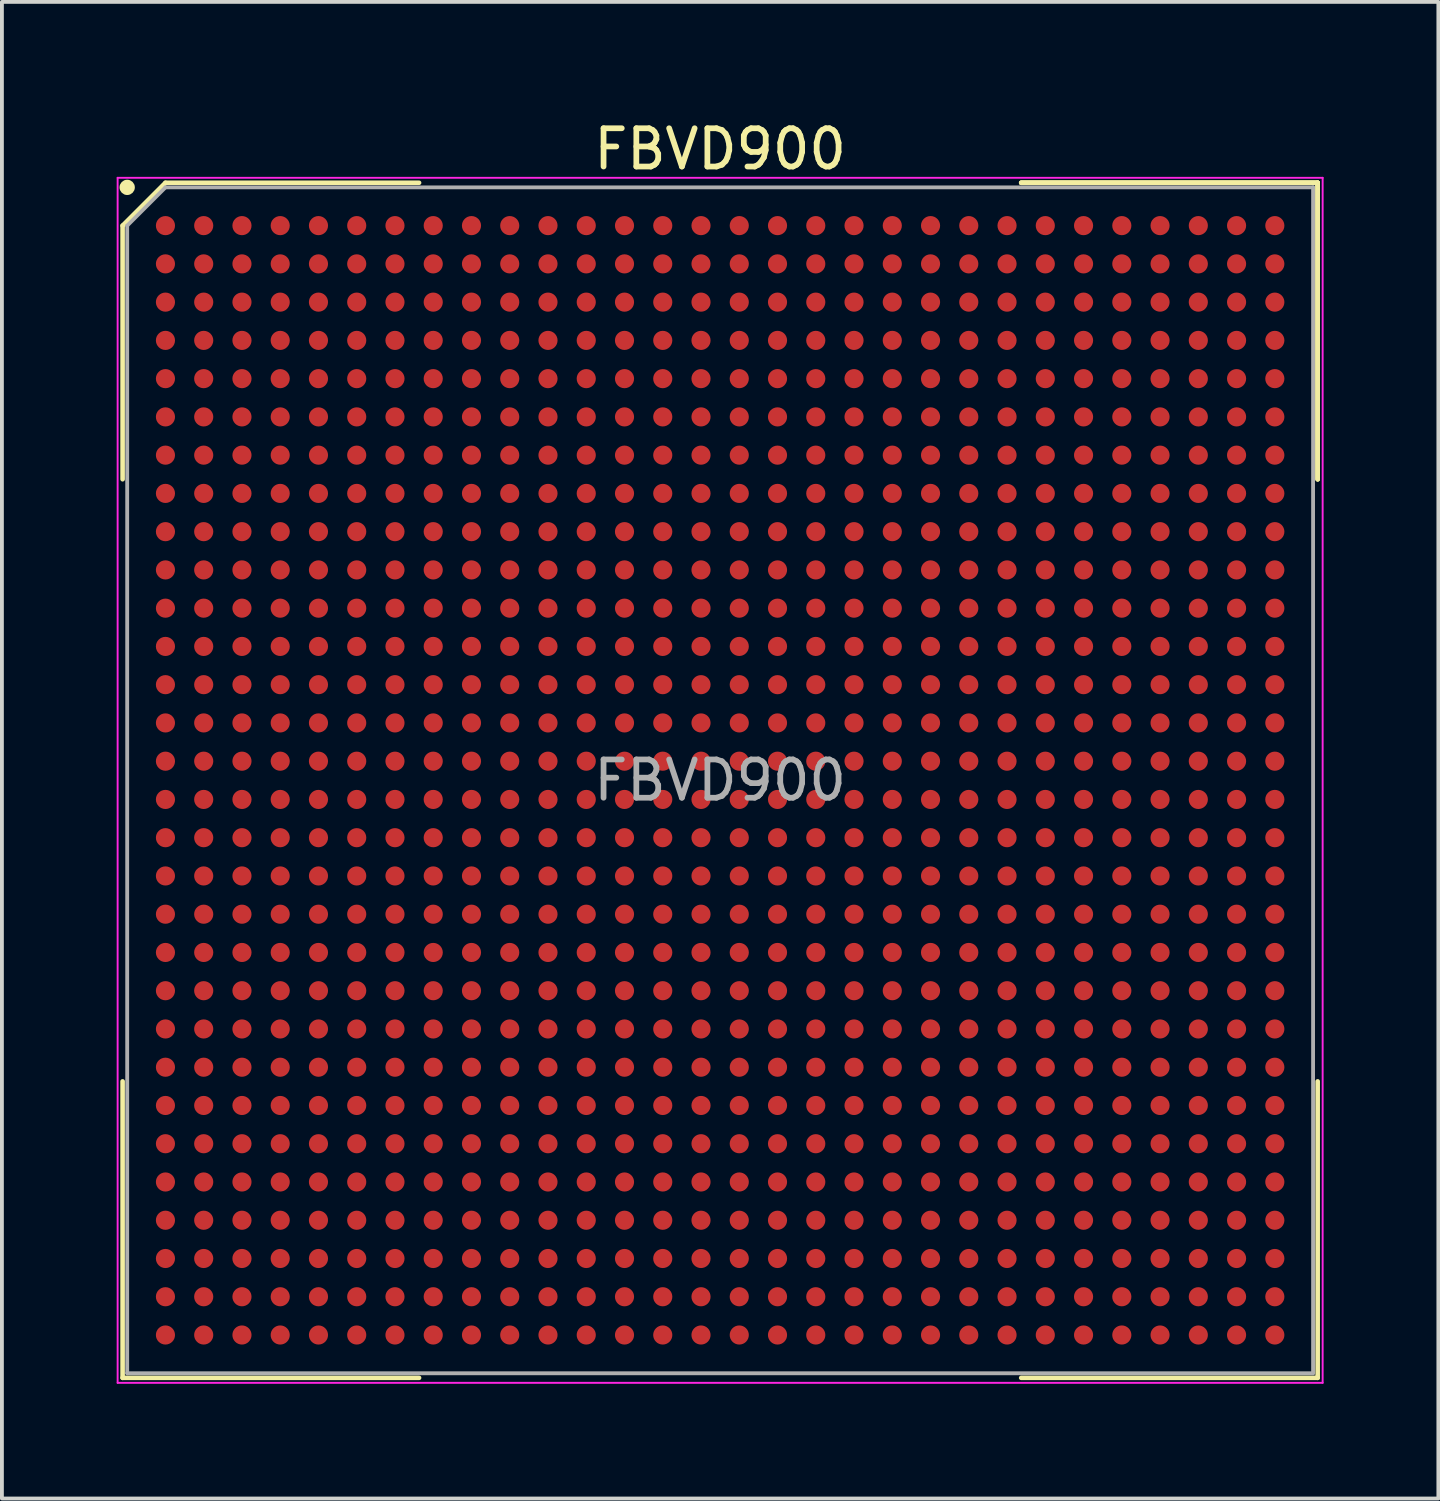
<source format=kicad_pcb>
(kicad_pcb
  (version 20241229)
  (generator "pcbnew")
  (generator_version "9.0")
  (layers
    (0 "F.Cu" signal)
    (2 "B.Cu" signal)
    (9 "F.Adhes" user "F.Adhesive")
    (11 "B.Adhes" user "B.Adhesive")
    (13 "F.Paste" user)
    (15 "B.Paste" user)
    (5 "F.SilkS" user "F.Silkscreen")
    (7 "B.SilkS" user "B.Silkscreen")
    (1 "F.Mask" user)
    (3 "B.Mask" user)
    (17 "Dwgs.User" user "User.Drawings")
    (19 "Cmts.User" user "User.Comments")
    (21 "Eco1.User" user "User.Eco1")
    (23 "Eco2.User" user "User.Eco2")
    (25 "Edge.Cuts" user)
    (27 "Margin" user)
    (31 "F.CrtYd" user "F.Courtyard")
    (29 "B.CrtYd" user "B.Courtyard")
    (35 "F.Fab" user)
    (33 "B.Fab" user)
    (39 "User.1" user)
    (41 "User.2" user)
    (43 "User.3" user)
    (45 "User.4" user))
  (footprint "FBVD900"
    (layer "F.Cu")
    (at 15.775 17.348)
    (property "Reference" "FBVD900" (at 0 -16.5 0) (layer "F.SilkS") (effects (font (size 1 1) (thickness 0.15))))
    (attr smd)
    (fp_line (start -15.62 -14.5) (end -15.62 -7.87) (stroke (width 0.12) (type solid)) (layer "F.SilkS"))
    (fp_line (start -15.62 15.62) (end -15.62 7.87) (stroke (width 0.12) (type solid)) (layer "F.SilkS"))
    (fp_line (start -14.5 -15.62) (end -15.62 -14.5) (stroke (width 0.12) (type solid)) (layer "F.SilkS"))
    (fp_line (start -7.87 -15.62) (end -14.5 -15.62) (stroke (width 0.12) (type solid)) (layer "F.SilkS"))
    (fp_line (start -7.87 15.62) (end -15.62 15.62) (stroke (width 0.12) (type solid)) (layer "F.SilkS"))
    (fp_line (start 7.87 -15.62) (end 15.62 -15.62) (stroke (width 0.12) (type solid)) (layer "F.SilkS"))
    (fp_line (start 7.87 -15.62) (end 15.62 -15.62) (stroke (width 0.12) (type solid)) (layer "F.SilkS"))
    (fp_line (start 7.87 -15.62) (end 15.62 -15.62) (stroke (width 0.12) (type solid)) (layer "F.SilkS"))
    (fp_line (start 7.87 15.62) (end 15.62 15.62) (stroke (width 0.12) (type solid)) (layer "F.SilkS"))
    (fp_line (start 15.62 -15.62) (end 15.62 -7.87) (stroke (width 0.12) (type solid)) (layer "F.SilkS"))
    (fp_line (start 15.62 -15.62) (end 15.62 -7.87) (stroke (width 0.12) (type solid)) (layer "F.SilkS"))
    (fp_line (start 15.62 -15.62) (end 15.62 -7.87) (stroke (width 0.12) (type solid)) (layer "F.SilkS"))
    (fp_line (start 15.62 15.62) (end 15.62 7.87) (stroke (width 0.12) (type solid)) (layer "F.SilkS"))
    (fp_circle (center -15.5 -15.5) (end -15.5 -15.4) (stroke (width 0.2) (type solid)) (fill no) (layer "F.SilkS"))
    (fp_line (start -15.75 -15.75) (end 15.75 -15.75) (stroke (width 0.05) (type solid)) (layer "F.CrtYd"))
    (fp_line (start -15.75 15.75) (end -15.75 -15.75) (stroke (width 0.05) (type solid)) (layer "F.CrtYd"))
    (fp_line (start 15.75 -15.75) (end 15.75 15.75) (stroke (width 0.05) (type solid)) (layer "F.CrtYd"))
    (fp_line (start 15.75 15.75) (end -15.75 15.75) (stroke (width 0.05) (type solid)) (layer "F.CrtYd"))
    (fp_line (start -15.5 -14.5) (end -15.5 15.5) (stroke (width 0.1) (type solid)) (layer "F.Fab"))
    (fp_line (start -15.5 15.5) (end 15.5 15.5) (stroke (width 0.1) (type solid)) (layer "F.Fab"))
    (fp_line (start -14.5 -15.5) (end -15.5 -14.5) (stroke (width 0.1) (type solid)) (layer "F.Fab"))
    (fp_line (start 15.5 -15.5) (end -14.5 -15.5) (stroke (width 0.1) (type solid)) (layer "F.Fab"))
    (fp_line (start 15.5 15.5) (end 15.5 -15.5) (stroke (width 0.1) (type solid)) (layer "F.Fab"))
    (fp_text user "${REFERENCE}" (at 0 0 0) (layer "F.Fab") (effects (font (size 1 1) (thickness 0.15))))
    (pad "A1" smd circle (at -14.5 -14.5) (size 0.5 0.5) (layers "F.Cu" "F.Mask" "F.Paste"))
    (pad "A2" smd circle (at -13.5 -14.5) (size 0.5 0.5) (layers "F.Cu" "F.Mask" "F.Paste"))
    (pad "A3" smd circle (at -12.5 -14.5) (size 0.5 0.5) (layers "F.Cu" "F.Mask" "F.Paste"))
    (pad "A4" smd circle (at -11.5 -14.5) (size 0.5 0.5) (layers "F.Cu" "F.Mask" "F.Paste"))
    (pad "A5" smd circle (at -10.5 -14.5) (size 0.5 0.5) (layers "F.Cu" "F.Mask" "F.Paste"))
    (pad "A6" smd circle (at -9.5 -14.5) (size 0.5 0.5) (layers "F.Cu" "F.Mask" "F.Paste"))
    (pad "A7" smd circle (at -8.5 -14.5) (size 0.5 0.5) (layers "F.Cu" "F.Mask" "F.Paste"))
    (pad "A8" smd circle (at -7.5 -14.5) (size 0.5 0.5) (layers "F.Cu" "F.Mask" "F.Paste"))
    (pad "A9" smd circle (at -6.5 -14.5) (size 0.5 0.5) (layers "F.Cu" "F.Mask" "F.Paste"))
    (pad "A10" smd circle (at -5.5 -14.5) (size 0.5 0.5) (layers "F.Cu" "F.Mask" "F.Paste"))
    (pad "A11" smd circle (at -4.5 -14.5) (size 0.5 0.5) (layers "F.Cu" "F.Mask" "F.Paste"))
    (pad "A12" smd circle (at -3.5 -14.5) (size 0.5 0.5) (layers "F.Cu" "F.Mask" "F.Paste"))
    (pad "A13" smd circle (at -2.5 -14.5) (size 0.5 0.5) (layers "F.Cu" "F.Mask" "F.Paste"))
    (pad "A14" smd circle (at -1.5 -14.5) (size 0.5 0.5) (layers "F.Cu" "F.Mask" "F.Paste"))
    (pad "A15" smd circle (at -0.5 -14.5) (size 0.5 0.5) (layers "F.Cu" "F.Mask" "F.Paste"))
    (pad "A16" smd circle (at 0.5 -14.5) (size 0.5 0.5) (layers "F.Cu" "F.Mask" "F.Paste"))
    (pad "A17" smd circle (at 1.5 -14.5) (size 0.5 0.5) (layers "F.Cu" "F.Mask" "F.Paste"))
    (pad "A18" smd circle (at 2.5 -14.5) (size 0.5 0.5) (layers "F.Cu" "F.Mask" "F.Paste"))
    (pad "A19" smd circle (at 3.5 -14.5) (size 0.5 0.5) (layers "F.Cu" "F.Mask" "F.Paste"))
    (pad "A20" smd circle (at 4.5 -14.5) (size 0.5 0.5) (layers "F.Cu" "F.Mask" "F.Paste"))
    (pad "A21" smd circle (at 5.5 -14.5) (size 0.5 0.5) (layers "F.Cu" "F.Mask" "F.Paste"))
    (pad "A22" smd circle (at 6.5 -14.5) (size 0.5 0.5) (layers "F.Cu" "F.Mask" "F.Paste"))
    (pad "A23" smd circle (at 7.5 -14.5) (size 0.5 0.5) (layers "F.Cu" "F.Mask" "F.Paste"))
    (pad "A24" smd circle (at 8.5 -14.5) (size 0.5 0.5) (layers "F.Cu" "F.Mask" "F.Paste"))
    (pad "A25" smd circle (at 9.5 -14.5) (size 0.5 0.5) (layers "F.Cu" "F.Mask" "F.Paste"))
    (pad "A26" smd circle (at 10.5 -14.5) (size 0.5 0.5) (layers "F.Cu" "F.Mask" "F.Paste"))
    (pad "A27" smd circle (at 11.5 -14.5) (size 0.5 0.5) (layers "F.Cu" "F.Mask" "F.Paste"))
    (pad "A28" smd circle (at 12.5 -14.5) (size 0.5 0.5) (layers "F.Cu" "F.Mask" "F.Paste"))
    (pad "A29" smd circle (at 13.5 -14.5) (size 0.5 0.5) (layers "F.Cu" "F.Mask" "F.Paste"))
    (pad "A30" smd circle (at 14.5 -14.5) (size 0.5 0.5) (layers "F.Cu" "F.Mask" "F.Paste"))
    (pad "AA1" smd circle (at -14.5 5.5) (size 0.5 0.5) (layers "F.Cu" "F.Mask" "F.Paste"))
    (pad "AA2" smd circle (at -13.5 5.5) (size 0.5 0.5) (layers "F.Cu" "F.Mask" "F.Paste"))
    (pad "AA3" smd circle (at -12.5 5.5) (size 0.5 0.5) (layers "F.Cu" "F.Mask" "F.Paste"))
    (pad "AA4" smd circle (at -11.5 5.5) (size 0.5 0.5) (layers "F.Cu" "F.Mask" "F.Paste"))
    (pad "AA5" smd circle (at -10.5 5.5) (size 0.5 0.5) (layers "F.Cu" "F.Mask" "F.Paste"))
    (pad "AA6" smd circle (at -9.5 5.5) (size 0.5 0.5) (layers "F.Cu" "F.Mask" "F.Paste"))
    (pad "AA7" smd circle (at -8.5 5.5) (size 0.5 0.5) (layers "F.Cu" "F.Mask" "F.Paste"))
    (pad "AA8" smd circle (at -7.5 5.5) (size 0.5 0.5) (layers "F.Cu" "F.Mask" "F.Paste"))
    (pad "AA9" smd circle (at -6.5 5.5) (size 0.5 0.5) (layers "F.Cu" "F.Mask" "F.Paste"))
    (pad "AA10" smd circle (at -5.5 5.5) (size 0.5 0.5) (layers "F.Cu" "F.Mask" "F.Paste"))
    (pad "AA11" smd circle (at -4.5 5.5) (size 0.5 0.5) (layers "F.Cu" "F.Mask" "F.Paste"))
    (pad "AA12" smd circle (at -3.5 5.5) (size 0.5 0.5) (layers "F.Cu" "F.Mask" "F.Paste"))
    (pad "AA13" smd circle (at -2.5 5.5) (size 0.5 0.5) (layers "F.Cu" "F.Mask" "F.Paste"))
    (pad "AA14" smd circle (at -1.5 5.5) (size 0.5 0.5) (layers "F.Cu" "F.Mask" "F.Paste"))
    (pad "AA15" smd circle (at -0.5 5.5) (size 0.5 0.5) (layers "F.Cu" "F.Mask" "F.Paste"))
    (pad "AA16" smd circle (at 0.5 5.5) (size 0.5 0.5) (layers "F.Cu" "F.Mask" "F.Paste"))
    (pad "AA17" smd circle (at 1.5 5.5) (size 0.5 0.5) (layers "F.Cu" "F.Mask" "F.Paste"))
    (pad "AA18" smd circle (at 2.5 5.5) (size 0.5 0.5) (layers "F.Cu" "F.Mask" "F.Paste"))
    (pad "AA19" smd circle (at 3.5 5.5) (size 0.5 0.5) (layers "F.Cu" "F.Mask" "F.Paste"))
    (pad "AA20" smd circle (at 4.5 5.5) (size 0.5 0.5) (layers "F.Cu" "F.Mask" "F.Paste"))
    (pad "AA21" smd circle (at 5.5 5.5) (size 0.5 0.5) (layers "F.Cu" "F.Mask" "F.Paste"))
    (pad "AA22" smd circle (at 6.5 5.5) (size 0.5 0.5) (layers "F.Cu" "F.Mask" "F.Paste"))
    (pad "AA23" smd circle (at 7.5 5.5) (size 0.5 0.5) (layers "F.Cu" "F.Mask" "F.Paste"))
    (pad "AA24" smd circle (at 8.5 5.5) (size 0.5 0.5) (layers "F.Cu" "F.Mask" "F.Paste"))
    (pad "AA25" smd circle (at 9.5 5.5) (size 0.5 0.5) (layers "F.Cu" "F.Mask" "F.Paste"))
    (pad "AA26" smd circle (at 10.5 5.5) (size 0.5 0.5) (layers "F.Cu" "F.Mask" "F.Paste"))
    (pad "AA27" smd circle (at 11.5 5.5) (size 0.5 0.5) (layers "F.Cu" "F.Mask" "F.Paste"))
    (pad "AA28" smd circle (at 12.5 5.5) (size 0.5 0.5) (layers "F.Cu" "F.Mask" "F.Paste"))
    (pad "AA29" smd circle (at 13.5 5.5) (size 0.5 0.5) (layers "F.Cu" "F.Mask" "F.Paste"))
    (pad "AA30" smd circle (at 14.5 5.5) (size 0.5 0.5) (layers "F.Cu" "F.Mask" "F.Paste"))
    (pad "AB1" smd circle (at -14.5 6.5) (size 0.5 0.5) (layers "F.Cu" "F.Mask" "F.Paste"))
    (pad "AB2" smd circle (at -13.5 6.5) (size 0.5 0.5) (layers "F.Cu" "F.Mask" "F.Paste"))
    (pad "AB3" smd circle (at -12.5 6.5) (size 0.5 0.5) (layers "F.Cu" "F.Mask" "F.Paste"))
    (pad "AB4" smd circle (at -11.5 6.5) (size 0.5 0.5) (layers "F.Cu" "F.Mask" "F.Paste"))
    (pad "AB5" smd circle (at -10.5 6.5) (size 0.5 0.5) (layers "F.Cu" "F.Mask" "F.Paste"))
    (pad "AB6" smd circle (at -9.5 6.5) (size 0.5 0.5) (layers "F.Cu" "F.Mask" "F.Paste"))
    (pad "AB7" smd circle (at -8.5 6.5) (size 0.5 0.5) (layers "F.Cu" "F.Mask" "F.Paste"))
    (pad "AB8" smd circle (at -7.5 6.5) (size 0.5 0.5) (layers "F.Cu" "F.Mask" "F.Paste"))
    (pad "AB9" smd circle (at -6.5 6.5) (size 0.5 0.5) (layers "F.Cu" "F.Mask" "F.Paste"))
    (pad "AB10" smd circle (at -5.5 6.5) (size 0.5 0.5) (layers "F.Cu" "F.Mask" "F.Paste"))
    (pad "AB11" smd circle (at -4.5 6.5) (size 0.5 0.5) (layers "F.Cu" "F.Mask" "F.Paste"))
    (pad "AB12" smd circle (at -3.5 6.5) (size 0.5 0.5) (layers "F.Cu" "F.Mask" "F.Paste"))
    (pad "AB13" smd circle (at -2.5 6.5) (size 0.5 0.5) (layers "F.Cu" "F.Mask" "F.Paste"))
    (pad "AB14" smd circle (at -1.5 6.5) (size 0.5 0.5) (layers "F.Cu" "F.Mask" "F.Paste"))
    (pad "AB15" smd circle (at -0.5 6.5) (size 0.5 0.5) (layers "F.Cu" "F.Mask" "F.Paste"))
    (pad "AB16" smd circle (at 0.5 6.5) (size 0.5 0.5) (layers "F.Cu" "F.Mask" "F.Paste"))
    (pad "AB17" smd circle (at 1.5 6.5) (size 0.5 0.5) (layers "F.Cu" "F.Mask" "F.Paste"))
    (pad "AB18" smd circle (at 2.5 6.5) (size 0.5 0.5) (layers "F.Cu" "F.Mask" "F.Paste"))
    (pad "AB19" smd circle (at 3.5 6.5) (size 0.5 0.5) (layers "F.Cu" "F.Mask" "F.Paste"))
    (pad "AB20" smd circle (at 4.5 6.5) (size 0.5 0.5) (layers "F.Cu" "F.Mask" "F.Paste"))
    (pad "AB21" smd circle (at 5.5 6.5) (size 0.5 0.5) (layers "F.Cu" "F.Mask" "F.Paste"))
    (pad "AB22" smd circle (at 6.5 6.5) (size 0.5 0.5) (layers "F.Cu" "F.Mask" "F.Paste"))
    (pad "AB23" smd circle (at 7.5 6.5) (size 0.5 0.5) (layers "F.Cu" "F.Mask" "F.Paste"))
    (pad "AB24" smd circle (at 8.5 6.5) (size 0.5 0.5) (layers "F.Cu" "F.Mask" "F.Paste"))
    (pad "AB25" smd circle (at 9.5 6.5) (size 0.5 0.5) (layers "F.Cu" "F.Mask" "F.Paste"))
    (pad "AB26" smd circle (at 10.5 6.5) (size 0.5 0.5) (layers "F.Cu" "F.Mask" "F.Paste"))
    (pad "AB27" smd circle (at 11.5 6.5) (size 0.5 0.5) (layers "F.Cu" "F.Mask" "F.Paste"))
    (pad "AB28" smd circle (at 12.5 6.5) (size 0.5 0.5) (layers "F.Cu" "F.Mask" "F.Paste"))
    (pad "AB29" smd circle (at 13.5 6.5) (size 0.5 0.5) (layers "F.Cu" "F.Mask" "F.Paste"))
    (pad "AB30" smd circle (at 14.5 6.5) (size 0.5 0.5) (layers "F.Cu" "F.Mask" "F.Paste"))
    (pad "AC1" smd circle (at -14.5 7.5) (size 0.5 0.5) (layers "F.Cu" "F.Mask" "F.Paste"))
    (pad "AC2" smd circle (at -13.5 7.5) (size 0.5 0.5) (layers "F.Cu" "F.Mask" "F.Paste"))
    (pad "AC3" smd circle (at -12.5 7.5) (size 0.5 0.5) (layers "F.Cu" "F.Mask" "F.Paste"))
    (pad "AC4" smd circle (at -11.5 7.5) (size 0.5 0.5) (layers "F.Cu" "F.Mask" "F.Paste"))
    (pad "AC5" smd circle (at -10.5 7.5) (size 0.5 0.5) (layers "F.Cu" "F.Mask" "F.Paste"))
    (pad "AC6" smd circle (at -9.5 7.5) (size 0.5 0.5) (layers "F.Cu" "F.Mask" "F.Paste"))
    (pad "AC7" smd circle (at -8.5 7.5) (size 0.5 0.5) (layers "F.Cu" "F.Mask" "F.Paste"))
    (pad "AC8" smd circle (at -7.5 7.5) (size 0.5 0.5) (layers "F.Cu" "F.Mask" "F.Paste"))
    (pad "AC9" smd circle (at -6.5 7.5) (size 0.5 0.5) (layers "F.Cu" "F.Mask" "F.Paste"))
    (pad "AC10" smd circle (at -5.5 7.5) (size 0.5 0.5) (layers "F.Cu" "F.Mask" "F.Paste"))
    (pad "AC11" smd circle (at -4.5 7.5) (size 0.5 0.5) (layers "F.Cu" "F.Mask" "F.Paste"))
    (pad "AC12" smd circle (at -3.5 7.5) (size 0.5 0.5) (layers "F.Cu" "F.Mask" "F.Paste"))
    (pad "AC13" smd circle (at -2.5 7.5) (size 0.5 0.5) (layers "F.Cu" "F.Mask" "F.Paste"))
    (pad "AC14" smd circle (at -1.5 7.5) (size 0.5 0.5) (layers "F.Cu" "F.Mask" "F.Paste"))
    (pad "AC15" smd circle (at -0.5 7.5) (size 0.5 0.5) (layers "F.Cu" "F.Mask" "F.Paste"))
    (pad "AC16" smd circle (at 0.5 7.5) (size 0.5 0.5) (layers "F.Cu" "F.Mask" "F.Paste"))
    (pad "AC17" smd circle (at 1.5 7.5) (size 0.5 0.5) (layers "F.Cu" "F.Mask" "F.Paste"))
    (pad "AC18" smd circle (at 2.5 7.5) (size 0.5 0.5) (layers "F.Cu" "F.Mask" "F.Paste"))
    (pad "AC19" smd circle (at 3.5 7.5) (size 0.5 0.5) (layers "F.Cu" "F.Mask" "F.Paste"))
    (pad "AC20" smd circle (at 4.5 7.5) (size 0.5 0.5) (layers "F.Cu" "F.Mask" "F.Paste"))
    (pad "AC21" smd circle (at 5.5 7.5) (size 0.5 0.5) (layers "F.Cu" "F.Mask" "F.Paste"))
    (pad "AC22" smd circle (at 6.5 7.5) (size 0.5 0.5) (layers "F.Cu" "F.Mask" "F.Paste"))
    (pad "AC23" smd circle (at 7.5 7.5) (size 0.5 0.5) (layers "F.Cu" "F.Mask" "F.Paste"))
    (pad "AC24" smd circle (at 8.5 7.5) (size 0.5 0.5) (layers "F.Cu" "F.Mask" "F.Paste"))
    (pad "AC25" smd circle (at 9.5 7.5) (size 0.5 0.5) (layers "F.Cu" "F.Mask" "F.Paste"))
    (pad "AC26" smd circle (at 10.5 7.5) (size 0.5 0.5) (layers "F.Cu" "F.Mask" "F.Paste"))
    (pad "AC27" smd circle (at 11.5 7.5) (size 0.5 0.5) (layers "F.Cu" "F.Mask" "F.Paste"))
    (pad "AC28" smd circle (at 12.5 7.5) (size 0.5 0.5) (layers "F.Cu" "F.Mask" "F.Paste"))
    (pad "AC29" smd circle (at 13.5 7.5) (size 0.5 0.5) (layers "F.Cu" "F.Mask" "F.Paste"))
    (pad "AC30" smd circle (at 14.5 7.5) (size 0.5 0.5) (layers "F.Cu" "F.Mask" "F.Paste"))
    (pad "AD1" smd circle (at -14.5 8.5) (size 0.5 0.5) (layers "F.Cu" "F.Mask" "F.Paste"))
    (pad "AD2" smd circle (at -13.5 8.5) (size 0.5 0.5) (layers "F.Cu" "F.Mask" "F.Paste"))
    (pad "AD3" smd circle (at -12.5 8.5) (size 0.5 0.5) (layers "F.Cu" "F.Mask" "F.Paste"))
    (pad "AD4" smd circle (at -11.5 8.5) (size 0.5 0.5) (layers "F.Cu" "F.Mask" "F.Paste"))
    (pad "AD5" smd circle (at -10.5 8.5) (size 0.5 0.5) (layers "F.Cu" "F.Mask" "F.Paste"))
    (pad "AD6" smd circle (at -9.5 8.5) (size 0.5 0.5) (layers "F.Cu" "F.Mask" "F.Paste"))
    (pad "AD7" smd circle (at -8.5 8.5) (size 0.5 0.5) (layers "F.Cu" "F.Mask" "F.Paste"))
    (pad "AD8" smd circle (at -7.5 8.5) (size 0.5 0.5) (layers "F.Cu" "F.Mask" "F.Paste"))
    (pad "AD9" smd circle (at -6.5 8.5) (size 0.5 0.5) (layers "F.Cu" "F.Mask" "F.Paste"))
    (pad "AD10" smd circle (at -5.5 8.5) (size 0.5 0.5) (layers "F.Cu" "F.Mask" "F.Paste"))
    (pad "AD11" smd circle (at -4.5 8.5) (size 0.5 0.5) (layers "F.Cu" "F.Mask" "F.Paste"))
    (pad "AD12" smd circle (at -3.5 8.5) (size 0.5 0.5) (layers "F.Cu" "F.Mask" "F.Paste"))
    (pad "AD13" smd circle (at -2.5 8.5) (size 0.5 0.5) (layers "F.Cu" "F.Mask" "F.Paste"))
    (pad "AD14" smd circle (at -1.5 8.5) (size 0.5 0.5) (layers "F.Cu" "F.Mask" "F.Paste"))
    (pad "AD15" smd circle (at -0.5 8.5) (size 0.5 0.5) (layers "F.Cu" "F.Mask" "F.Paste"))
    (pad "AD16" smd circle (at 0.5 8.5) (size 0.5 0.5) (layers "F.Cu" "F.Mask" "F.Paste"))
    (pad "AD17" smd circle (at 1.5 8.5) (size 0.5 0.5) (layers "F.Cu" "F.Mask" "F.Paste"))
    (pad "AD18" smd circle (at 2.5 8.5) (size 0.5 0.5) (layers "F.Cu" "F.Mask" "F.Paste"))
    (pad "AD19" smd circle (at 3.5 8.5) (size 0.5 0.5) (layers "F.Cu" "F.Mask" "F.Paste"))
    (pad "AD20" smd circle (at 4.5 8.5) (size 0.5 0.5) (layers "F.Cu" "F.Mask" "F.Paste"))
    (pad "AD21" smd circle (at 5.5 8.5) (size 0.5 0.5) (layers "F.Cu" "F.Mask" "F.Paste"))
    (pad "AD22" smd circle (at 6.5 8.5) (size 0.5 0.5) (layers "F.Cu" "F.Mask" "F.Paste"))
    (pad "AD23" smd circle (at 7.5 8.5) (size 0.5 0.5) (layers "F.Cu" "F.Mask" "F.Paste"))
    (pad "AD24" smd circle (at 8.5 8.5) (size 0.5 0.5) (layers "F.Cu" "F.Mask" "F.Paste"))
    (pad "AD25" smd circle (at 9.5 8.5) (size 0.5 0.5) (layers "F.Cu" "F.Mask" "F.Paste"))
    (pad "AD26" smd circle (at 10.5 8.5) (size 0.5 0.5) (layers "F.Cu" "F.Mask" "F.Paste"))
    (pad "AD27" smd circle (at 11.5 8.5) (size 0.5 0.5) (layers "F.Cu" "F.Mask" "F.Paste"))
    (pad "AD28" smd circle (at 12.5 8.5) (size 0.5 0.5) (layers "F.Cu" "F.Mask" "F.Paste"))
    (pad "AD29" smd circle (at 13.5 8.5) (size 0.5 0.5) (layers "F.Cu" "F.Mask" "F.Paste"))
    (pad "AD30" smd circle (at 14.5 8.5) (size 0.5 0.5) (layers "F.Cu" "F.Mask" "F.Paste"))
    (pad "AE1" smd circle (at -14.5 9.5) (size 0.5 0.5) (layers "F.Cu" "F.Mask" "F.Paste"))
    (pad "AE2" smd circle (at -13.5 9.5) (size 0.5 0.5) (layers "F.Cu" "F.Mask" "F.Paste"))
    (pad "AE3" smd circle (at -12.5 9.5) (size 0.5 0.5) (layers "F.Cu" "F.Mask" "F.Paste"))
    (pad "AE4" smd circle (at -11.5 9.5) (size 0.5 0.5) (layers "F.Cu" "F.Mask" "F.Paste"))
    (pad "AE5" smd circle (at -10.5 9.5) (size 0.5 0.5) (layers "F.Cu" "F.Mask" "F.Paste"))
    (pad "AE6" smd circle (at -9.5 9.5) (size 0.5 0.5) (layers "F.Cu" "F.Mask" "F.Paste"))
    (pad "AE7" smd circle (at -8.5 9.5) (size 0.5 0.5) (layers "F.Cu" "F.Mask" "F.Paste"))
    (pad "AE8" smd circle (at -7.5 9.5) (size 0.5 0.5) (layers "F.Cu" "F.Mask" "F.Paste"))
    (pad "AE9" smd circle (at -6.5 9.5) (size 0.5 0.5) (layers "F.Cu" "F.Mask" "F.Paste"))
    (pad "AE10" smd circle (at -5.5 9.5) (size 0.5 0.5) (layers "F.Cu" "F.Mask" "F.Paste"))
    (pad "AE11" smd circle (at -4.5 9.5) (size 0.5 0.5) (layers "F.Cu" "F.Mask" "F.Paste"))
    (pad "AE12" smd circle (at -3.5 9.5) (size 0.5 0.5) (layers "F.Cu" "F.Mask" "F.Paste"))
    (pad "AE13" smd circle (at -2.5 9.5) (size 0.5 0.5) (layers "F.Cu" "F.Mask" "F.Paste"))
    (pad "AE14" smd circle (at -1.5 9.5) (size 0.5 0.5) (layers "F.Cu" "F.Mask" "F.Paste"))
    (pad "AE15" smd circle (at -0.5 9.5) (size 0.5 0.5) (layers "F.Cu" "F.Mask" "F.Paste"))
    (pad "AE16" smd circle (at 0.5 9.5) (size 0.5 0.5) (layers "F.Cu" "F.Mask" "F.Paste"))
    (pad "AE17" smd circle (at 1.5 9.5) (size 0.5 0.5) (layers "F.Cu" "F.Mask" "F.Paste"))
    (pad "AE18" smd circle (at 2.5 9.5) (size 0.5 0.5) (layers "F.Cu" "F.Mask" "F.Paste"))
    (pad "AE19" smd circle (at 3.5 9.5) (size 0.5 0.5) (layers "F.Cu" "F.Mask" "F.Paste"))
    (pad "AE20" smd circle (at 4.5 9.5) (size 0.5 0.5) (layers "F.Cu" "F.Mask" "F.Paste"))
    (pad "AE21" smd circle (at 5.5 9.5) (size 0.5 0.5) (layers "F.Cu" "F.Mask" "F.Paste"))
    (pad "AE22" smd circle (at 6.5 9.5) (size 0.5 0.5) (layers "F.Cu" "F.Mask" "F.Paste"))
    (pad "AE23" smd circle (at 7.5 9.5) (size 0.5 0.5) (layers "F.Cu" "F.Mask" "F.Paste"))
    (pad "AE24" smd circle (at 8.5 9.5) (size 0.5 0.5) (layers "F.Cu" "F.Mask" "F.Paste"))
    (pad "AE25" smd circle (at 9.5 9.5) (size 0.5 0.5) (layers "F.Cu" "F.Mask" "F.Paste"))
    (pad "AE26" smd circle (at 10.5 9.5) (size 0.5 0.5) (layers "F.Cu" "F.Mask" "F.Paste"))
    (pad "AE27" smd circle (at 11.5 9.5) (size 0.5 0.5) (layers "F.Cu" "F.Mask" "F.Paste"))
    (pad "AE28" smd circle (at 12.5 9.5) (size 0.5 0.5) (layers "F.Cu" "F.Mask" "F.Paste"))
    (pad "AE29" smd circle (at 13.5 9.5) (size 0.5 0.5) (layers "F.Cu" "F.Mask" "F.Paste"))
    (pad "AE30" smd circle (at 14.5 9.5) (size 0.5 0.5) (layers "F.Cu" "F.Mask" "F.Paste"))
    (pad "AF1" smd circle (at -14.5 10.5) (size 0.5 0.5) (layers "F.Cu" "F.Mask" "F.Paste"))
    (pad "AF2" smd circle (at -13.5 10.5) (size 0.5 0.5) (layers "F.Cu" "F.Mask" "F.Paste"))
    (pad "AF3" smd circle (at -12.5 10.5) (size 0.5 0.5) (layers "F.Cu" "F.Mask" "F.Paste"))
    (pad "AF4" smd circle (at -11.5 10.5) (size 0.5 0.5) (layers "F.Cu" "F.Mask" "F.Paste"))
    (pad "AF5" smd circle (at -10.5 10.5) (size 0.5 0.5) (layers "F.Cu" "F.Mask" "F.Paste"))
    (pad "AF6" smd circle (at -9.5 10.5) (size 0.5 0.5) (layers "F.Cu" "F.Mask" "F.Paste"))
    (pad "AF7" smd circle (at -8.5 10.5) (size 0.5 0.5) (layers "F.Cu" "F.Mask" "F.Paste"))
    (pad "AF8" smd circle (at -7.5 10.5) (size 0.5 0.5) (layers "F.Cu" "F.Mask" "F.Paste"))
    (pad "AF9" smd circle (at -6.5 10.5) (size 0.5 0.5) (layers "F.Cu" "F.Mask" "F.Paste"))
    (pad "AF10" smd circle (at -5.5 10.5) (size 0.5 0.5) (layers "F.Cu" "F.Mask" "F.Paste"))
    (pad "AF11" smd circle (at -4.5 10.5) (size 0.5 0.5) (layers "F.Cu" "F.Mask" "F.Paste"))
    (pad "AF12" smd circle (at -3.5 10.5) (size 0.5 0.5) (layers "F.Cu" "F.Mask" "F.Paste"))
    (pad "AF13" smd circle (at -2.5 10.5) (size 0.5 0.5) (layers "F.Cu" "F.Mask" "F.Paste"))
    (pad "AF14" smd circle (at -1.5 10.5) (size 0.5 0.5) (layers "F.Cu" "F.Mask" "F.Paste"))
    (pad "AF15" smd circle (at -0.5 10.5) (size 0.5 0.5) (layers "F.Cu" "F.Mask" "F.Paste"))
    (pad "AF16" smd circle (at 0.5 10.5) (size 0.5 0.5) (layers "F.Cu" "F.Mask" "F.Paste"))
    (pad "AF17" smd circle (at 1.5 10.5) (size 0.5 0.5) (layers "F.Cu" "F.Mask" "F.Paste"))
    (pad "AF18" smd circle (at 2.5 10.5) (size 0.5 0.5) (layers "F.Cu" "F.Mask" "F.Paste"))
    (pad "AF19" smd circle (at 3.5 10.5) (size 0.5 0.5) (layers "F.Cu" "F.Mask" "F.Paste"))
    (pad "AF20" smd circle (at 4.5 10.5) (size 0.5 0.5) (layers "F.Cu" "F.Mask" "F.Paste"))
    (pad "AF21" smd circle (at 5.5 10.5) (size 0.5 0.5) (layers "F.Cu" "F.Mask" "F.Paste"))
    (pad "AF22" smd circle (at 6.5 10.5) (size 0.5 0.5) (layers "F.Cu" "F.Mask" "F.Paste"))
    (pad "AF23" smd circle (at 7.5 10.5) (size 0.5 0.5) (layers "F.Cu" "F.Mask" "F.Paste"))
    (pad "AF24" smd circle (at 8.5 10.5) (size 0.5 0.5) (layers "F.Cu" "F.Mask" "F.Paste"))
    (pad "AF25" smd circle (at 9.5 10.5) (size 0.5 0.5) (layers "F.Cu" "F.Mask" "F.Paste"))
    (pad "AF26" smd circle (at 10.5 10.5) (size 0.5 0.5) (layers "F.Cu" "F.Mask" "F.Paste"))
    (pad "AF27" smd circle (at 11.5 10.5) (size 0.5 0.5) (layers "F.Cu" "F.Mask" "F.Paste"))
    (pad "AF28" smd circle (at 12.5 10.5) (size 0.5 0.5) (layers "F.Cu" "F.Mask" "F.Paste"))
    (pad "AF29" smd circle (at 13.5 10.5) (size 0.5 0.5) (layers "F.Cu" "F.Mask" "F.Paste"))
    (pad "AF30" smd circle (at 14.5 10.5) (size 0.5 0.5) (layers "F.Cu" "F.Mask" "F.Paste"))
    (pad "AG1" smd circle (at -14.5 11.5) (size 0.5 0.5) (layers "F.Cu" "F.Mask" "F.Paste"))
    (pad "AG2" smd circle (at -13.5 11.5) (size 0.5 0.5) (layers "F.Cu" "F.Mask" "F.Paste"))
    (pad "AG3" smd circle (at -12.5 11.5) (size 0.5 0.5) (layers "F.Cu" "F.Mask" "F.Paste"))
    (pad "AG4" smd circle (at -11.5 11.5) (size 0.5 0.5) (layers "F.Cu" "F.Mask" "F.Paste"))
    (pad "AG5" smd circle (at -10.5 11.5) (size 0.5 0.5) (layers "F.Cu" "F.Mask" "F.Paste"))
    (pad "AG6" smd circle (at -9.5 11.5) (size 0.5 0.5) (layers "F.Cu" "F.Mask" "F.Paste"))
    (pad "AG7" smd circle (at -8.5 11.5) (size 0.5 0.5) (layers "F.Cu" "F.Mask" "F.Paste"))
    (pad "AG8" smd circle (at -7.5 11.5) (size 0.5 0.5) (layers "F.Cu" "F.Mask" "F.Paste"))
    (pad "AG9" smd circle (at -6.5 11.5) (size 0.5 0.5) (layers "F.Cu" "F.Mask" "F.Paste"))
    (pad "AG10" smd circle (at -5.5 11.5) (size 0.5 0.5) (layers "F.Cu" "F.Mask" "F.Paste"))
    (pad "AG11" smd circle (at -4.5 11.5) (size 0.5 0.5) (layers "F.Cu" "F.Mask" "F.Paste"))
    (pad "AG12" smd circle (at -3.5 11.5) (size 0.5 0.5) (layers "F.Cu" "F.Mask" "F.Paste"))
    (pad "AG13" smd circle (at -2.5 11.5) (size 0.5 0.5) (layers "F.Cu" "F.Mask" "F.Paste"))
    (pad "AG14" smd circle (at -1.5 11.5) (size 0.5 0.5) (layers "F.Cu" "F.Mask" "F.Paste"))
    (pad "AG15" smd circle (at -0.5 11.5) (size 0.5 0.5) (layers "F.Cu" "F.Mask" "F.Paste"))
    (pad "AG16" smd circle (at 0.5 11.5) (size 0.5 0.5) (layers "F.Cu" "F.Mask" "F.Paste"))
    (pad "AG17" smd circle (at 1.5 11.5) (size 0.5 0.5) (layers "F.Cu" "F.Mask" "F.Paste"))
    (pad "AG18" smd circle (at 2.5 11.5) (size 0.5 0.5) (layers "F.Cu" "F.Mask" "F.Paste"))
    (pad "AG19" smd circle (at 3.5 11.5) (size 0.5 0.5) (layers "F.Cu" "F.Mask" "F.Paste"))
    (pad "AG20" smd circle (at 4.5 11.5) (size 0.5 0.5) (layers "F.Cu" "F.Mask" "F.Paste"))
    (pad "AG21" smd circle (at 5.5 11.5) (size 0.5 0.5) (layers "F.Cu" "F.Mask" "F.Paste"))
    (pad "AG22" smd circle (at 6.5 11.5) (size 0.5 0.5) (layers "F.Cu" "F.Mask" "F.Paste"))
    (pad "AG23" smd circle (at 7.5 11.5) (size 0.5 0.5) (layers "F.Cu" "F.Mask" "F.Paste"))
    (pad "AG24" smd circle (at 8.5 11.5) (size 0.5 0.5) (layers "F.Cu" "F.Mask" "F.Paste"))
    (pad "AG25" smd circle (at 9.5 11.5) (size 0.5 0.5) (layers "F.Cu" "F.Mask" "F.Paste"))
    (pad "AG26" smd circle (at 10.5 11.5) (size 0.5 0.5) (layers "F.Cu" "F.Mask" "F.Paste"))
    (pad "AG27" smd circle (at 11.5 11.5) (size 0.5 0.5) (layers "F.Cu" "F.Mask" "F.Paste"))
    (pad "AG28" smd circle (at 12.5 11.5) (size 0.5 0.5) (layers "F.Cu" "F.Mask" "F.Paste"))
    (pad "AG29" smd circle (at 13.5 11.5) (size 0.5 0.5) (layers "F.Cu" "F.Mask" "F.Paste"))
    (pad "AG30" smd circle (at 14.5 11.5) (size 0.5 0.5) (layers "F.Cu" "F.Mask" "F.Paste"))
    (pad "AH1" smd circle (at -14.5 12.5) (size 0.5 0.5) (layers "F.Cu" "F.Mask" "F.Paste"))
    (pad "AH2" smd circle (at -13.5 12.5) (size 0.5 0.5) (layers "F.Cu" "F.Mask" "F.Paste"))
    (pad "AH3" smd circle (at -12.5 12.5) (size 0.5 0.5) (layers "F.Cu" "F.Mask" "F.Paste"))
    (pad "AH4" smd circle (at -11.5 12.5) (size 0.5 0.5) (layers "F.Cu" "F.Mask" "F.Paste"))
    (pad "AH5" smd circle (at -10.5 12.5) (size 0.5 0.5) (layers "F.Cu" "F.Mask" "F.Paste"))
    (pad "AH6" smd circle (at -9.5 12.5) (size 0.5 0.5) (layers "F.Cu" "F.Mask" "F.Paste"))
    (pad "AH7" smd circle (at -8.5 12.5) (size 0.5 0.5) (layers "F.Cu" "F.Mask" "F.Paste"))
    (pad "AH8" smd circle (at -7.5 12.5) (size 0.5 0.5) (layers "F.Cu" "F.Mask" "F.Paste"))
    (pad "AH9" smd circle (at -6.5 12.5) (size 0.5 0.5) (layers "F.Cu" "F.Mask" "F.Paste"))
    (pad "AH10" smd circle (at -5.5 12.5) (size 0.5 0.5) (layers "F.Cu" "F.Mask" "F.Paste"))
    (pad "AH11" smd circle (at -4.5 12.5) (size 0.5 0.5) (layers "F.Cu" "F.Mask" "F.Paste"))
    (pad "AH12" smd circle (at -3.5 12.5) (size 0.5 0.5) (layers "F.Cu" "F.Mask" "F.Paste"))
    (pad "AH13" smd circle (at -2.5 12.5) (size 0.5 0.5) (layers "F.Cu" "F.Mask" "F.Paste"))
    (pad "AH14" smd circle (at -1.5 12.5) (size 0.5 0.5) (layers "F.Cu" "F.Mask" "F.Paste"))
    (pad "AH15" smd circle (at -0.5 12.5) (size 0.5 0.5) (layers "F.Cu" "F.Mask" "F.Paste"))
    (pad "AH16" smd circle (at 0.5 12.5) (size 0.5 0.5) (layers "F.Cu" "F.Mask" "F.Paste"))
    (pad "AH17" smd circle (at 1.5 12.5) (size 0.5 0.5) (layers "F.Cu" "F.Mask" "F.Paste"))
    (pad "AH18" smd circle (at 2.5 12.5) (size 0.5 0.5) (layers "F.Cu" "F.Mask" "F.Paste"))
    (pad "AH19" smd circle (at 3.5 12.5) (size 0.5 0.5) (layers "F.Cu" "F.Mask" "F.Paste"))
    (pad "AH20" smd circle (at 4.5 12.5) (size 0.5 0.5) (layers "F.Cu" "F.Mask" "F.Paste"))
    (pad "AH21" smd circle (at 5.5 12.5) (size 0.5 0.5) (layers "F.Cu" "F.Mask" "F.Paste"))
    (pad "AH22" smd circle (at 6.5 12.5) (size 0.5 0.5) (layers "F.Cu" "F.Mask" "F.Paste"))
    (pad "AH23" smd circle (at 7.5 12.5) (size 0.5 0.5) (layers "F.Cu" "F.Mask" "F.Paste"))
    (pad "AH24" smd circle (at 8.5 12.5) (size 0.5 0.5) (layers "F.Cu" "F.Mask" "F.Paste"))
    (pad "AH25" smd circle (at 9.5 12.5) (size 0.5 0.5) (layers "F.Cu" "F.Mask" "F.Paste"))
    (pad "AH26" smd circle (at 10.5 12.5) (size 0.5 0.5) (layers "F.Cu" "F.Mask" "F.Paste"))
    (pad "AH27" smd circle (at 11.5 12.5) (size 0.5 0.5) (layers "F.Cu" "F.Mask" "F.Paste"))
    (pad "AH28" smd circle (at 12.5 12.5) (size 0.5 0.5) (layers "F.Cu" "F.Mask" "F.Paste"))
    (pad "AH29" smd circle (at 13.5 12.5) (size 0.5 0.5) (layers "F.Cu" "F.Mask" "F.Paste"))
    (pad "AH30" smd circle (at 14.5 12.5) (size 0.5 0.5) (layers "F.Cu" "F.Mask" "F.Paste"))
    (pad "AJ1" smd circle (at -14.5 13.5) (size 0.5 0.5) (layers "F.Cu" "F.Mask" "F.Paste"))
    (pad "AJ2" smd circle (at -13.5 13.5) (size 0.5 0.5) (layers "F.Cu" "F.Mask" "F.Paste"))
    (pad "AJ3" smd circle (at -12.5 13.5) (size 0.5 0.5) (layers "F.Cu" "F.Mask" "F.Paste"))
    (pad "AJ4" smd circle (at -11.5 13.5) (size 0.5 0.5) (layers "F.Cu" "F.Mask" "F.Paste"))
    (pad "AJ5" smd circle (at -10.5 13.5) (size 0.5 0.5) (layers "F.Cu" "F.Mask" "F.Paste"))
    (pad "AJ6" smd circle (at -9.5 13.5) (size 0.5 0.5) (layers "F.Cu" "F.Mask" "F.Paste"))
    (pad "AJ7" smd circle (at -8.5 13.5) (size 0.5 0.5) (layers "F.Cu" "F.Mask" "F.Paste"))
    (pad "AJ8" smd circle (at -7.5 13.5) (size 0.5 0.5) (layers "F.Cu" "F.Mask" "F.Paste"))
    (pad "AJ9" smd circle (at -6.5 13.5) (size 0.5 0.5) (layers "F.Cu" "F.Mask" "F.Paste"))
    (pad "AJ10" smd circle (at -5.5 13.5) (size 0.5 0.5) (layers "F.Cu" "F.Mask" "F.Paste"))
    (pad "AJ11" smd circle (at -4.5 13.5) (size 0.5 0.5) (layers "F.Cu" "F.Mask" "F.Paste"))
    (pad "AJ12" smd circle (at -3.5 13.5) (size 0.5 0.5) (layers "F.Cu" "F.Mask" "F.Paste"))
    (pad "AJ13" smd circle (at -2.5 13.5) (size 0.5 0.5) (layers "F.Cu" "F.Mask" "F.Paste"))
    (pad "AJ14" smd circle (at -1.5 13.5) (size 0.5 0.5) (layers "F.Cu" "F.Mask" "F.Paste"))
    (pad "AJ15" smd circle (at -0.5 13.5) (size 0.5 0.5) (layers "F.Cu" "F.Mask" "F.Paste"))
    (pad "AJ16" smd circle (at 0.5 13.5) (size 0.5 0.5) (layers "F.Cu" "F.Mask" "F.Paste"))
    (pad "AJ17" smd circle (at 1.5 13.5) (size 0.5 0.5) (layers "F.Cu" "F.Mask" "F.Paste"))
    (pad "AJ18" smd circle (at 2.5 13.5) (size 0.5 0.5) (layers "F.Cu" "F.Mask" "F.Paste"))
    (pad "AJ19" smd circle (at 3.5 13.5) (size 0.5 0.5) (layers "F.Cu" "F.Mask" "F.Paste"))
    (pad "AJ20" smd circle (at 4.5 13.5) (size 0.5 0.5) (layers "F.Cu" "F.Mask" "F.Paste"))
    (pad "AJ21" smd circle (at 5.5 13.5) (size 0.5 0.5) (layers "F.Cu" "F.Mask" "F.Paste"))
    (pad "AJ22" smd circle (at 6.5 13.5) (size 0.5 0.5) (layers "F.Cu" "F.Mask" "F.Paste"))
    (pad "AJ23" smd circle (at 7.5 13.5) (size 0.5 0.5) (layers "F.Cu" "F.Mask" "F.Paste"))
    (pad "AJ24" smd circle (at 8.5 13.5) (size 0.5 0.5) (layers "F.Cu" "F.Mask" "F.Paste"))
    (pad "AJ25" smd circle (at 9.5 13.5) (size 0.5 0.5) (layers "F.Cu" "F.Mask" "F.Paste"))
    (pad "AJ26" smd circle (at 10.5 13.5) (size 0.5 0.5) (layers "F.Cu" "F.Mask" "F.Paste"))
    (pad "AJ27" smd circle (at 11.5 13.5) (size 0.5 0.5) (layers "F.Cu" "F.Mask" "F.Paste"))
    (pad "AJ28" smd circle (at 12.5 13.5) (size 0.5 0.5) (layers "F.Cu" "F.Mask" "F.Paste"))
    (pad "AJ29" smd circle (at 13.5 13.5) (size 0.5 0.5) (layers "F.Cu" "F.Mask" "F.Paste"))
    (pad "AJ30" smd circle (at 14.5 13.5) (size 0.5 0.5) (layers "F.Cu" "F.Mask" "F.Paste"))
    (pad "AK1" smd circle (at -14.5 14.5) (size 0.5 0.5) (layers "F.Cu" "F.Mask" "F.Paste"))
    (pad "AK2" smd circle (at -13.5 14.5) (size 0.5 0.5) (layers "F.Cu" "F.Mask" "F.Paste"))
    (pad "AK3" smd circle (at -12.5 14.5) (size 0.5 0.5) (layers "F.Cu" "F.Mask" "F.Paste"))
    (pad "AK4" smd circle (at -11.5 14.5) (size 0.5 0.5) (layers "F.Cu" "F.Mask" "F.Paste"))
    (pad "AK5" smd circle (at -10.5 14.5) (size 0.5 0.5) (layers "F.Cu" "F.Mask" "F.Paste"))
    (pad "AK6" smd circle (at -9.5 14.5) (size 0.5 0.5) (layers "F.Cu" "F.Mask" "F.Paste"))
    (pad "AK7" smd circle (at -8.5 14.5) (size 0.5 0.5) (layers "F.Cu" "F.Mask" "F.Paste"))
    (pad "AK8" smd circle (at -7.5 14.5) (size 0.5 0.5) (layers "F.Cu" "F.Mask" "F.Paste"))
    (pad "AK9" smd circle (at -6.5 14.5) (size 0.5 0.5) (layers "F.Cu" "F.Mask" "F.Paste"))
    (pad "AK10" smd circle (at -5.5 14.5) (size 0.5 0.5) (layers "F.Cu" "F.Mask" "F.Paste"))
    (pad "AK11" smd circle (at -4.5 14.5) (size 0.5 0.5) (layers "F.Cu" "F.Mask" "F.Paste"))
    (pad "AK12" smd circle (at -3.5 14.5) (size 0.5 0.5) (layers "F.Cu" "F.Mask" "F.Paste"))
    (pad "AK13" smd circle (at -2.5 14.5) (size 0.5 0.5) (layers "F.Cu" "F.Mask" "F.Paste"))
    (pad "AK14" smd circle (at -1.5 14.5) (size 0.5 0.5) (layers "F.Cu" "F.Mask" "F.Paste"))
    (pad "AK15" smd circle (at -0.5 14.5) (size 0.5 0.5) (layers "F.Cu" "F.Mask" "F.Paste"))
    (pad "AK16" smd circle (at 0.5 14.5) (size 0.5 0.5) (layers "F.Cu" "F.Mask" "F.Paste"))
    (pad "AK17" smd circle (at 1.5 14.5) (size 0.5 0.5) (layers "F.Cu" "F.Mask" "F.Paste"))
    (pad "AK18" smd circle (at 2.5 14.5) (size 0.5 0.5) (layers "F.Cu" "F.Mask" "F.Paste"))
    (pad "AK19" smd circle (at 3.5 14.5) (size 0.5 0.5) (layers "F.Cu" "F.Mask" "F.Paste"))
    (pad "AK20" smd circle (at 4.5 14.5) (size 0.5 0.5) (layers "F.Cu" "F.Mask" "F.Paste"))
    (pad "AK21" smd circle (at 5.5 14.5) (size 0.5 0.5) (layers "F.Cu" "F.Mask" "F.Paste"))
    (pad "AK22" smd circle (at 6.5 14.5) (size 0.5 0.5) (layers "F.Cu" "F.Mask" "F.Paste"))
    (pad "AK23" smd circle (at 7.5 14.5) (size 0.5 0.5) (layers "F.Cu" "F.Mask" "F.Paste"))
    (pad "AK24" smd circle (at 8.5 14.5) (size 0.5 0.5) (layers "F.Cu" "F.Mask" "F.Paste"))
    (pad "AK25" smd circle (at 9.5 14.5) (size 0.5 0.5) (layers "F.Cu" "F.Mask" "F.Paste"))
    (pad "AK26" smd circle (at 10.5 14.5) (size 0.5 0.5) (layers "F.Cu" "F.Mask" "F.Paste"))
    (pad "AK27" smd circle (at 11.5 14.5) (size 0.5 0.5) (layers "F.Cu" "F.Mask" "F.Paste"))
    (pad "AK28" smd circle (at 12.5 14.5) (size 0.5 0.5) (layers "F.Cu" "F.Mask" "F.Paste"))
    (pad "AK29" smd circle (at 13.5 14.5) (size 0.5 0.5) (layers "F.Cu" "F.Mask" "F.Paste"))
    (pad "AK30" smd circle (at 14.5 14.5) (size 0.5 0.5) (layers "F.Cu" "F.Mask" "F.Paste"))
    (pad "B1" smd circle (at -14.5 -13.5) (size 0.5 0.5) (layers "F.Cu" "F.Mask" "F.Paste"))
    (pad "B2" smd circle (at -13.5 -13.5) (size 0.5 0.5) (layers "F.Cu" "F.Mask" "F.Paste"))
    (pad "B3" smd circle (at -12.5 -13.5) (size 0.5 0.5) (layers "F.Cu" "F.Mask" "F.Paste"))
    (pad "B4" smd circle (at -11.5 -13.5) (size 0.5 0.5) (layers "F.Cu" "F.Mask" "F.Paste"))
    (pad "B5" smd circle (at -10.5 -13.5) (size 0.5 0.5) (layers "F.Cu" "F.Mask" "F.Paste"))
    (pad "B6" smd circle (at -9.5 -13.5) (size 0.5 0.5) (layers "F.Cu" "F.Mask" "F.Paste"))
    (pad "B7" smd circle (at -8.5 -13.5) (size 0.5 0.5) (layers "F.Cu" "F.Mask" "F.Paste"))
    (pad "B8" smd circle (at -7.5 -13.5) (size 0.5 0.5) (layers "F.Cu" "F.Mask" "F.Paste"))
    (pad "B9" smd circle (at -6.5 -13.5) (size 0.5 0.5) (layers "F.Cu" "F.Mask" "F.Paste"))
    (pad "B10" smd circle (at -5.5 -13.5) (size 0.5 0.5) (layers "F.Cu" "F.Mask" "F.Paste"))
    (pad "B11" smd circle (at -4.5 -13.5) (size 0.5 0.5) (layers "F.Cu" "F.Mask" "F.Paste"))
    (pad "B12" smd circle (at -3.5 -13.5) (size 0.5 0.5) (layers "F.Cu" "F.Mask" "F.Paste"))
    (pad "B13" smd circle (at -2.5 -13.5) (size 0.5 0.5) (layers "F.Cu" "F.Mask" "F.Paste"))
    (pad "B14" smd circle (at -1.5 -13.5) (size 0.5 0.5) (layers "F.Cu" "F.Mask" "F.Paste"))
    (pad "B15" smd circle (at -0.5 -13.5) (size 0.5 0.5) (layers "F.Cu" "F.Mask" "F.Paste"))
    (pad "B16" smd circle (at 0.5 -13.5) (size 0.5 0.5) (layers "F.Cu" "F.Mask" "F.Paste"))
    (pad "B17" smd circle (at 1.5 -13.5) (size 0.5 0.5) (layers "F.Cu" "F.Mask" "F.Paste"))
    (pad "B18" smd circle (at 2.5 -13.5) (size 0.5 0.5) (layers "F.Cu" "F.Mask" "F.Paste"))
    (pad "B19" smd circle (at 3.5 -13.5) (size 0.5 0.5) (layers "F.Cu" "F.Mask" "F.Paste"))
    (pad "B20" smd circle (at 4.5 -13.5) (size 0.5 0.5) (layers "F.Cu" "F.Mask" "F.Paste"))
    (pad "B21" smd circle (at 5.5 -13.5) (size 0.5 0.5) (layers "F.Cu" "F.Mask" "F.Paste"))
    (pad "B22" smd circle (at 6.5 -13.5) (size 0.5 0.5) (layers "F.Cu" "F.Mask" "F.Paste"))
    (pad "B23" smd circle (at 7.5 -13.5) (size 0.5 0.5) (layers "F.Cu" "F.Mask" "F.Paste"))
    (pad "B24" smd circle (at 8.5 -13.5) (size 0.5 0.5) (layers "F.Cu" "F.Mask" "F.Paste"))
    (pad "B25" smd circle (at 9.5 -13.5) (size 0.5 0.5) (layers "F.Cu" "F.Mask" "F.Paste"))
    (pad "B26" smd circle (at 10.5 -13.5) (size 0.5 0.5) (layers "F.Cu" "F.Mask" "F.Paste"))
    (pad "B27" smd circle (at 11.5 -13.5) (size 0.5 0.5) (layers "F.Cu" "F.Mask" "F.Paste"))
    (pad "B28" smd circle (at 12.5 -13.5) (size 0.5 0.5) (layers "F.Cu" "F.Mask" "F.Paste"))
    (pad "B29" smd circle (at 13.5 -13.5) (size 0.5 0.5) (layers "F.Cu" "F.Mask" "F.Paste"))
    (pad "B30" smd circle (at 14.5 -13.5) (size 0.5 0.5) (layers "F.Cu" "F.Mask" "F.Paste"))
    (pad "C1" smd circle (at -14.5 -12.5) (size 0.5 0.5) (layers "F.Cu" "F.Mask" "F.Paste"))
    (pad "C2" smd circle (at -13.5 -12.5) (size 0.5 0.5) (layers "F.Cu" "F.Mask" "F.Paste"))
    (pad "C3" smd circle (at -12.5 -12.5) (size 0.5 0.5) (layers "F.Cu" "F.Mask" "F.Paste"))
    (pad "C4" smd circle (at -11.5 -12.5) (size 0.5 0.5) (layers "F.Cu" "F.Mask" "F.Paste"))
    (pad "C5" smd circle (at -10.5 -12.5) (size 0.5 0.5) (layers "F.Cu" "F.Mask" "F.Paste"))
    (pad "C6" smd circle (at -9.5 -12.5) (size 0.5 0.5) (layers "F.Cu" "F.Mask" "F.Paste"))
    (pad "C7" smd circle (at -8.5 -12.5) (size 0.5 0.5) (layers "F.Cu" "F.Mask" "F.Paste"))
    (pad "C8" smd circle (at -7.5 -12.5) (size 0.5 0.5) (layers "F.Cu" "F.Mask" "F.Paste"))
    (pad "C9" smd circle (at -6.5 -12.5) (size 0.5 0.5) (layers "F.Cu" "F.Mask" "F.Paste"))
    (pad "C10" smd circle (at -5.5 -12.5) (size 0.5 0.5) (layers "F.Cu" "F.Mask" "F.Paste"))
    (pad "C11" smd circle (at -4.5 -12.5) (size 0.5 0.5) (layers "F.Cu" "F.Mask" "F.Paste"))
    (pad "C12" smd circle (at -3.5 -12.5) (size 0.5 0.5) (layers "F.Cu" "F.Mask" "F.Paste"))
    (pad "C13" smd circle (at -2.5 -12.5) (size 0.5 0.5) (layers "F.Cu" "F.Mask" "F.Paste"))
    (pad "C14" smd circle (at -1.5 -12.5) (size 0.5 0.5) (layers "F.Cu" "F.Mask" "F.Paste"))
    (pad "C15" smd circle (at -0.5 -12.5) (size 0.5 0.5) (layers "F.Cu" "F.Mask" "F.Paste"))
    (pad "C16" smd circle (at 0.5 -12.5) (size 0.5 0.5) (layers "F.Cu" "F.Mask" "F.Paste"))
    (pad "C17" smd circle (at 1.5 -12.5) (size 0.5 0.5) (layers "F.Cu" "F.Mask" "F.Paste"))
    (pad "C18" smd circle (at 2.5 -12.5) (size 0.5 0.5) (layers "F.Cu" "F.Mask" "F.Paste"))
    (pad "C19" smd circle (at 3.5 -12.5) (size 0.5 0.5) (layers "F.Cu" "F.Mask" "F.Paste"))
    (pad "C20" smd circle (at 4.5 -12.5) (size 0.5 0.5) (layers "F.Cu" "F.Mask" "F.Paste"))
    (pad "C21" smd circle (at 5.5 -12.5) (size 0.5 0.5) (layers "F.Cu" "F.Mask" "F.Paste"))
    (pad "C22" smd circle (at 6.5 -12.5) (size 0.5 0.5) (layers "F.Cu" "F.Mask" "F.Paste"))
    (pad "C23" smd circle (at 7.5 -12.5) (size 0.5 0.5) (layers "F.Cu" "F.Mask" "F.Paste"))
    (pad "C24" smd circle (at 8.5 -12.5) (size 0.5 0.5) (layers "F.Cu" "F.Mask" "F.Paste"))
    (pad "C25" smd circle (at 9.5 -12.5) (size 0.5 0.5) (layers "F.Cu" "F.Mask" "F.Paste"))
    (pad "C26" smd circle (at 10.5 -12.5) (size 0.5 0.5) (layers "F.Cu" "F.Mask" "F.Paste"))
    (pad "C27" smd circle (at 11.5 -12.5) (size 0.5 0.5) (layers "F.Cu" "F.Mask" "F.Paste"))
    (pad "C28" smd circle (at 12.5 -12.5) (size 0.5 0.5) (layers "F.Cu" "F.Mask" "F.Paste"))
    (pad "C29" smd circle (at 13.5 -12.5) (size 0.5 0.5) (layers "F.Cu" "F.Mask" "F.Paste"))
    (pad "C30" smd circle (at 14.5 -12.5) (size 0.5 0.5) (layers "F.Cu" "F.Mask" "F.Paste"))
    (pad "D1" smd circle (at -14.5 -11.5) (size 0.5 0.5) (layers "F.Cu" "F.Mask" "F.Paste"))
    (pad "D2" smd circle (at -13.5 -11.5) (size 0.5 0.5) (layers "F.Cu" "F.Mask" "F.Paste"))
    (pad "D3" smd circle (at -12.5 -11.5) (size 0.5 0.5) (layers "F.Cu" "F.Mask" "F.Paste"))
    (pad "D4" smd circle (at -11.5 -11.5) (size 0.5 0.5) (layers "F.Cu" "F.Mask" "F.Paste"))
    (pad "D5" smd circle (at -10.5 -11.5) (size 0.5 0.5) (layers "F.Cu" "F.Mask" "F.Paste"))
    (pad "D6" smd circle (at -9.5 -11.5) (size 0.5 0.5) (layers "F.Cu" "F.Mask" "F.Paste"))
    (pad "D7" smd circle (at -8.5 -11.5) (size 0.5 0.5) (layers "F.Cu" "F.Mask" "F.Paste"))
    (pad "D8" smd circle (at -7.5 -11.5) (size 0.5 0.5) (layers "F.Cu" "F.Mask" "F.Paste"))
    (pad "D9" smd circle (at -6.5 -11.5) (size 0.5 0.5) (layers "F.Cu" "F.Mask" "F.Paste"))
    (pad "D10" smd circle (at -5.5 -11.5) (size 0.5 0.5) (layers "F.Cu" "F.Mask" "F.Paste"))
    (pad "D11" smd circle (at -4.5 -11.5) (size 0.5 0.5) (layers "F.Cu" "F.Mask" "F.Paste"))
    (pad "D12" smd circle (at -3.5 -11.5) (size 0.5 0.5) (layers "F.Cu" "F.Mask" "F.Paste"))
    (pad "D13" smd circle (at -2.5 -11.5) (size 0.5 0.5) (layers "F.Cu" "F.Mask" "F.Paste"))
    (pad "D14" smd circle (at -1.5 -11.5) (size 0.5 0.5) (layers "F.Cu" "F.Mask" "F.Paste"))
    (pad "D15" smd circle (at -0.5 -11.5) (size 0.5 0.5) (layers "F.Cu" "F.Mask" "F.Paste"))
    (pad "D16" smd circle (at 0.5 -11.5) (size 0.5 0.5) (layers "F.Cu" "F.Mask" "F.Paste"))
    (pad "D17" smd circle (at 1.5 -11.5) (size 0.5 0.5) (layers "F.Cu" "F.Mask" "F.Paste"))
    (pad "D18" smd circle (at 2.5 -11.5) (size 0.5 0.5) (layers "F.Cu" "F.Mask" "F.Paste"))
    (pad "D19" smd circle (at 3.5 -11.5) (size 0.5 0.5) (layers "F.Cu" "F.Mask" "F.Paste"))
    (pad "D20" smd circle (at 4.5 -11.5) (size 0.5 0.5) (layers "F.Cu" "F.Mask" "F.Paste"))
    (pad "D21" smd circle (at 5.5 -11.5) (size 0.5 0.5) (layers "F.Cu" "F.Mask" "F.Paste"))
    (pad "D22" smd circle (at 6.5 -11.5) (size 0.5 0.5) (layers "F.Cu" "F.Mask" "F.Paste"))
    (pad "D23" smd circle (at 7.5 -11.5) (size 0.5 0.5) (layers "F.Cu" "F.Mask" "F.Paste"))
    (pad "D24" smd circle (at 8.5 -11.5) (size 0.5 0.5) (layers "F.Cu" "F.Mask" "F.Paste"))
    (pad "D25" smd circle (at 9.5 -11.5) (size 0.5 0.5) (layers "F.Cu" "F.Mask" "F.Paste"))
    (pad "D26" smd circle (at 10.5 -11.5) (size 0.5 0.5) (layers "F.Cu" "F.Mask" "F.Paste"))
    (pad "D27" smd circle (at 11.5 -11.5) (size 0.5 0.5) (layers "F.Cu" "F.Mask" "F.Paste"))
    (pad "D28" smd circle (at 12.5 -11.5) (size 0.5 0.5) (layers "F.Cu" "F.Mask" "F.Paste"))
    (pad "D29" smd circle (at 13.5 -11.5) (size 0.5 0.5) (layers "F.Cu" "F.Mask" "F.Paste"))
    (pad "D30" smd circle (at 14.5 -11.5) (size 0.5 0.5) (layers "F.Cu" "F.Mask" "F.Paste"))
    (pad "E1" smd circle (at -14.5 -10.5) (size 0.5 0.5) (layers "F.Cu" "F.Mask" "F.Paste"))
    (pad "E2" smd circle (at -13.5 -10.5) (size 0.5 0.5) (layers "F.Cu" "F.Mask" "F.Paste"))
    (pad "E3" smd circle (at -12.5 -10.5) (size 0.5 0.5) (layers "F.Cu" "F.Mask" "F.Paste"))
    (pad "E4" smd circle (at -11.5 -10.5) (size 0.5 0.5) (layers "F.Cu" "F.Mask" "F.Paste"))
    (pad "E5" smd circle (at -10.5 -10.5) (size 0.5 0.5) (layers "F.Cu" "F.Mask" "F.Paste"))
    (pad "E6" smd circle (at -9.5 -10.5) (size 0.5 0.5) (layers "F.Cu" "F.Mask" "F.Paste"))
    (pad "E7" smd circle (at -8.5 -10.5) (size 0.5 0.5) (layers "F.Cu" "F.Mask" "F.Paste"))
    (pad "E8" smd circle (at -7.5 -10.5) (size 0.5 0.5) (layers "F.Cu" "F.Mask" "F.Paste"))
    (pad "E9" smd circle (at -6.5 -10.5) (size 0.5 0.5) (layers "F.Cu" "F.Mask" "F.Paste"))
    (pad "E10" smd circle (at -5.5 -10.5) (size 0.5 0.5) (layers "F.Cu" "F.Mask" "F.Paste"))
    (pad "E11" smd circle (at -4.5 -10.5) (size 0.5 0.5) (layers "F.Cu" "F.Mask" "F.Paste"))
    (pad "E12" smd circle (at -3.5 -10.5) (size 0.5 0.5) (layers "F.Cu" "F.Mask" "F.Paste"))
    (pad "E13" smd circle (at -2.5 -10.5) (size 0.5 0.5) (layers "F.Cu" "F.Mask" "F.Paste"))
    (pad "E14" smd circle (at -1.5 -10.5) (size 0.5 0.5) (layers "F.Cu" "F.Mask" "F.Paste"))
    (pad "E15" smd circle (at -0.5 -10.5) (size 0.5 0.5) (layers "F.Cu" "F.Mask" "F.Paste"))
    (pad "E16" smd circle (at 0.5 -10.5) (size 0.5 0.5) (layers "F.Cu" "F.Mask" "F.Paste"))
    (pad "E17" smd circle (at 1.5 -10.5) (size 0.5 0.5) (layers "F.Cu" "F.Mask" "F.Paste"))
    (pad "E18" smd circle (at 2.5 -10.5) (size 0.5 0.5) (layers "F.Cu" "F.Mask" "F.Paste"))
    (pad "E19" smd circle (at 3.5 -10.5) (size 0.5 0.5) (layers "F.Cu" "F.Mask" "F.Paste"))
    (pad "E20" smd circle (at 4.5 -10.5) (size 0.5 0.5) (layers "F.Cu" "F.Mask" "F.Paste"))
    (pad "E21" smd circle (at 5.5 -10.5) (size 0.5 0.5) (layers "F.Cu" "F.Mask" "F.Paste"))
    (pad "E22" smd circle (at 6.5 -10.5) (size 0.5 0.5) (layers "F.Cu" "F.Mask" "F.Paste"))
    (pad "E23" smd circle (at 7.5 -10.5) (size 0.5 0.5) (layers "F.Cu" "F.Mask" "F.Paste"))
    (pad "E24" smd circle (at 8.5 -10.5) (size 0.5 0.5) (layers "F.Cu" "F.Mask" "F.Paste"))
    (pad "E25" smd circle (at 9.5 -10.5) (size 0.5 0.5) (layers "F.Cu" "F.Mask" "F.Paste"))
    (pad "E26" smd circle (at 10.5 -10.5) (size 0.5 0.5) (layers "F.Cu" "F.Mask" "F.Paste"))
    (pad "E27" smd circle (at 11.5 -10.5) (size 0.5 0.5) (layers "F.Cu" "F.Mask" "F.Paste"))
    (pad "E28" smd circle (at 12.5 -10.5) (size 0.5 0.5) (layers "F.Cu" "F.Mask" "F.Paste"))
    (pad "E29" smd circle (at 13.5 -10.5) (size 0.5 0.5) (layers "F.Cu" "F.Mask" "F.Paste"))
    (pad "E30" smd circle (at 14.5 -10.5) (size 0.5 0.5) (layers "F.Cu" "F.Mask" "F.Paste"))
    (pad "F1" smd circle (at -14.5 -9.5) (size 0.5 0.5) (layers "F.Cu" "F.Mask" "F.Paste"))
    (pad "F2" smd circle (at -13.5 -9.5) (size 0.5 0.5) (layers "F.Cu" "F.Mask" "F.Paste"))
    (pad "F3" smd circle (at -12.5 -9.5) (size 0.5 0.5) (layers "F.Cu" "F.Mask" "F.Paste"))
    (pad "F4" smd circle (at -11.5 -9.5) (size 0.5 0.5) (layers "F.Cu" "F.Mask" "F.Paste"))
    (pad "F5" smd circle (at -10.5 -9.5) (size 0.5 0.5) (layers "F.Cu" "F.Mask" "F.Paste"))
    (pad "F6" smd circle (at -9.5 -9.5) (size 0.5 0.5) (layers "F.Cu" "F.Mask" "F.Paste"))
    (pad "F7" smd circle (at -8.5 -9.5) (size 0.5 0.5) (layers "F.Cu" "F.Mask" "F.Paste"))
    (pad "F8" smd circle (at -7.5 -9.5) (size 0.5 0.5) (layers "F.Cu" "F.Mask" "F.Paste"))
    (pad "F9" smd circle (at -6.5 -9.5) (size 0.5 0.5) (layers "F.Cu" "F.Mask" "F.Paste"))
    (pad "F10" smd circle (at -5.5 -9.5) (size 0.5 0.5) (layers "F.Cu" "F.Mask" "F.Paste"))
    (pad "F11" smd circle (at -4.5 -9.5) (size 0.5 0.5) (layers "F.Cu" "F.Mask" "F.Paste"))
    (pad "F12" smd circle (at -3.5 -9.5) (size 0.5 0.5) (layers "F.Cu" "F.Mask" "F.Paste"))
    (pad "F13" smd circle (at -2.5 -9.5) (size 0.5 0.5) (layers "F.Cu" "F.Mask" "F.Paste"))
    (pad "F14" smd circle (at -1.5 -9.5) (size 0.5 0.5) (layers "F.Cu" "F.Mask" "F.Paste"))
    (pad "F15" smd circle (at -0.5 -9.5) (size 0.5 0.5) (layers "F.Cu" "F.Mask" "F.Paste"))
    (pad "F16" smd circle (at 0.5 -9.5) (size 0.5 0.5) (layers "F.Cu" "F.Mask" "F.Paste"))
    (pad "F17" smd circle (at 1.5 -9.5) (size 0.5 0.5) (layers "F.Cu" "F.Mask" "F.Paste"))
    (pad "F18" smd circle (at 2.5 -9.5) (size 0.5 0.5) (layers "F.Cu" "F.Mask" "F.Paste"))
    (pad "F19" smd circle (at 3.5 -9.5) (size 0.5 0.5) (layers "F.Cu" "F.Mask" "F.Paste"))
    (pad "F20" smd circle (at 4.5 -9.5) (size 0.5 0.5) (layers "F.Cu" "F.Mask" "F.Paste"))
    (pad "F21" smd circle (at 5.5 -9.5) (size 0.5 0.5) (layers "F.Cu" "F.Mask" "F.Paste"))
    (pad "F22" smd circle (at 6.5 -9.5) (size 0.5 0.5) (layers "F.Cu" "F.Mask" "F.Paste"))
    (pad "F23" smd circle (at 7.5 -9.5) (size 0.5 0.5) (layers "F.Cu" "F.Mask" "F.Paste"))
    (pad "F24" smd circle (at 8.5 -9.5) (size 0.5 0.5) (layers "F.Cu" "F.Mask" "F.Paste"))
    (pad "F25" smd circle (at 9.5 -9.5) (size 0.5 0.5) (layers "F.Cu" "F.Mask" "F.Paste"))
    (pad "F26" smd circle (at 10.5 -9.5) (size 0.5 0.5) (layers "F.Cu" "F.Mask" "F.Paste"))
    (pad "F27" smd circle (at 11.5 -9.5) (size 0.5 0.5) (layers "F.Cu" "F.Mask" "F.Paste"))
    (pad "F28" smd circle (at 12.5 -9.5) (size 0.5 0.5) (layers "F.Cu" "F.Mask" "F.Paste"))
    (pad "F29" smd circle (at 13.5 -9.5) (size 0.5 0.5) (layers "F.Cu" "F.Mask" "F.Paste"))
    (pad "F30" smd circle (at 14.5 -9.5) (size 0.5 0.5) (layers "F.Cu" "F.Mask" "F.Paste"))
    (pad "G1" smd circle (at -14.5 -8.5) (size 0.5 0.5) (layers "F.Cu" "F.Mask" "F.Paste"))
    (pad "G2" smd circle (at -13.5 -8.5) (size 0.5 0.5) (layers "F.Cu" "F.Mask" "F.Paste"))
    (pad "G3" smd circle (at -12.5 -8.5) (size 0.5 0.5) (layers "F.Cu" "F.Mask" "F.Paste"))
    (pad "G4" smd circle (at -11.5 -8.5) (size 0.5 0.5) (layers "F.Cu" "F.Mask" "F.Paste"))
    (pad "G5" smd circle (at -10.5 -8.5) (size 0.5 0.5) (layers "F.Cu" "F.Mask" "F.Paste"))
    (pad "G6" smd circle (at -9.5 -8.5) (size 0.5 0.5) (layers "F.Cu" "F.Mask" "F.Paste"))
    (pad "G7" smd circle (at -8.5 -8.5) (size 0.5 0.5) (layers "F.Cu" "F.Mask" "F.Paste"))
    (pad "G8" smd circle (at -7.5 -8.5) (size 0.5 0.5) (layers "F.Cu" "F.Mask" "F.Paste"))
    (pad "G9" smd circle (at -6.5 -8.5) (size 0.5 0.5) (layers "F.Cu" "F.Mask" "F.Paste"))
    (pad "G10" smd circle (at -5.5 -8.5) (size 0.5 0.5) (layers "F.Cu" "F.Mask" "F.Paste"))
    (pad "G11" smd circle (at -4.5 -8.5) (size 0.5 0.5) (layers "F.Cu" "F.Mask" "F.Paste"))
    (pad "G12" smd circle (at -3.5 -8.5) (size 0.5 0.5) (layers "F.Cu" "F.Mask" "F.Paste"))
    (pad "G13" smd circle (at -2.5 -8.5) (size 0.5 0.5) (layers "F.Cu" "F.Mask" "F.Paste"))
    (pad "G14" smd circle (at -1.5 -8.5) (size 0.5 0.5) (layers "F.Cu" "F.Mask" "F.Paste"))
    (pad "G15" smd circle (at -0.5 -8.5) (size 0.5 0.5) (layers "F.Cu" "F.Mask" "F.Paste"))
    (pad "G16" smd circle (at 0.5 -8.5) (size 0.5 0.5) (layers "F.Cu" "F.Mask" "F.Paste"))
    (pad "G17" smd circle (at 1.5 -8.5) (size 0.5 0.5) (layers "F.Cu" "F.Mask" "F.Paste"))
    (pad "G18" smd circle (at 2.5 -8.5) (size 0.5 0.5) (layers "F.Cu" "F.Mask" "F.Paste"))
    (pad "G19" smd circle (at 3.5 -8.5) (size 0.5 0.5) (layers "F.Cu" "F.Mask" "F.Paste"))
    (pad "G20" smd circle (at 4.5 -8.5) (size 0.5 0.5) (layers "F.Cu" "F.Mask" "F.Paste"))
    (pad "G21" smd circle (at 5.5 -8.5) (size 0.5 0.5) (layers "F.Cu" "F.Mask" "F.Paste"))
    (pad "G22" smd circle (at 6.5 -8.5) (size 0.5 0.5) (layers "F.Cu" "F.Mask" "F.Paste"))
    (pad "G23" smd circle (at 7.5 -8.5) (size 0.5 0.5) (layers "F.Cu" "F.Mask" "F.Paste"))
    (pad "G24" smd circle (at 8.5 -8.5) (size 0.5 0.5) (layers "F.Cu" "F.Mask" "F.Paste"))
    (pad "G25" smd circle (at 9.5 -8.5) (size 0.5 0.5) (layers "F.Cu" "F.Mask" "F.Paste"))
    (pad "G26" smd circle (at 10.5 -8.5) (size 0.5 0.5) (layers "F.Cu" "F.Mask" "F.Paste"))
    (pad "G27" smd circle (at 11.5 -8.5) (size 0.5 0.5) (layers "F.Cu" "F.Mask" "F.Paste"))
    (pad "G28" smd circle (at 12.5 -8.5) (size 0.5 0.5) (layers "F.Cu" "F.Mask" "F.Paste"))
    (pad "G29" smd circle (at 13.5 -8.5) (size 0.5 0.5) (layers "F.Cu" "F.Mask" "F.Paste"))
    (pad "G30" smd circle (at 14.5 -8.5) (size 0.5 0.5) (layers "F.Cu" "F.Mask" "F.Paste"))
    (pad "H1" smd circle (at -14.5 -7.5) (size 0.5 0.5) (layers "F.Cu" "F.Mask" "F.Paste"))
    (pad "H2" smd circle (at -13.5 -7.5) (size 0.5 0.5) (layers "F.Cu" "F.Mask" "F.Paste"))
    (pad "H3" smd circle (at -12.5 -7.5) (size 0.5 0.5) (layers "F.Cu" "F.Mask" "F.Paste"))
    (pad "H4" smd circle (at -11.5 -7.5) (size 0.5 0.5) (layers "F.Cu" "F.Mask" "F.Paste"))
    (pad "H5" smd circle (at -10.5 -7.5) (size 0.5 0.5) (layers "F.Cu" "F.Mask" "F.Paste"))
    (pad "H6" smd circle (at -9.5 -7.5) (size 0.5 0.5) (layers "F.Cu" "F.Mask" "F.Paste"))
    (pad "H7" smd circle (at -8.5 -7.5) (size 0.5 0.5) (layers "F.Cu" "F.Mask" "F.Paste"))
    (pad "H8" smd circle (at -7.5 -7.5) (size 0.5 0.5) (layers "F.Cu" "F.Mask" "F.Paste"))
    (pad "H9" smd circle (at -6.5 -7.5) (size 0.5 0.5) (layers "F.Cu" "F.Mask" "F.Paste"))
    (pad "H10" smd circle (at -5.5 -7.5) (size 0.5 0.5) (layers "F.Cu" "F.Mask" "F.Paste"))
    (pad "H11" smd circle (at -4.5 -7.5) (size 0.5 0.5) (layers "F.Cu" "F.Mask" "F.Paste"))
    (pad "H12" smd circle (at -3.5 -7.5) (size 0.5 0.5) (layers "F.Cu" "F.Mask" "F.Paste"))
    (pad "H13" smd circle (at -2.5 -7.5) (size 0.5 0.5) (layers "F.Cu" "F.Mask" "F.Paste"))
    (pad "H14" smd circle (at -1.5 -7.5) (size 0.5 0.5) (layers "F.Cu" "F.Mask" "F.Paste"))
    (pad "H15" smd circle (at -0.5 -7.5) (size 0.5 0.5) (layers "F.Cu" "F.Mask" "F.Paste"))
    (pad "H16" smd circle (at 0.5 -7.5) (size 0.5 0.5) (layers "F.Cu" "F.Mask" "F.Paste"))
    (pad "H17" smd circle (at 1.5 -7.5) (size 0.5 0.5) (layers "F.Cu" "F.Mask" "F.Paste"))
    (pad "H18" smd circle (at 2.5 -7.5) (size 0.5 0.5) (layers "F.Cu" "F.Mask" "F.Paste"))
    (pad "H19" smd circle (at 3.5 -7.5) (size 0.5 0.5) (layers "F.Cu" "F.Mask" "F.Paste"))
    (pad "H20" smd circle (at 4.5 -7.5) (size 0.5 0.5) (layers "F.Cu" "F.Mask" "F.Paste"))
    (pad "H21" smd circle (at 5.5 -7.5) (size 0.5 0.5) (layers "F.Cu" "F.Mask" "F.Paste"))
    (pad "H22" smd circle (at 6.5 -7.5) (size 0.5 0.5) (layers "F.Cu" "F.Mask" "F.Paste"))
    (pad "H23" smd circle (at 7.5 -7.5) (size 0.5 0.5) (layers "F.Cu" "F.Mask" "F.Paste"))
    (pad "H24" smd circle (at 8.5 -7.5) (size 0.5 0.5) (layers "F.Cu" "F.Mask" "F.Paste"))
    (pad "H25" smd circle (at 9.5 -7.5) (size 0.5 0.5) (layers "F.Cu" "F.Mask" "F.Paste"))
    (pad "H26" smd circle (at 10.5 -7.5) (size 0.5 0.5) (layers "F.Cu" "F.Mask" "F.Paste"))
    (pad "H27" smd circle (at 11.5 -7.5) (size 0.5 0.5) (layers "F.Cu" "F.Mask" "F.Paste"))
    (pad "H28" smd circle (at 12.5 -7.5) (size 0.5 0.5) (layers "F.Cu" "F.Mask" "F.Paste"))
    (pad "H29" smd circle (at 13.5 -7.5) (size 0.5 0.5) (layers "F.Cu" "F.Mask" "F.Paste"))
    (pad "H30" smd circle (at 14.5 -7.5) (size 0.5 0.5) (layers "F.Cu" "F.Mask" "F.Paste"))
    (pad "J1" smd circle (at -14.5 -6.5) (size 0.5 0.5) (layers "F.Cu" "F.Mask" "F.Paste"))
    (pad "J2" smd circle (at -13.5 -6.5) (size 0.5 0.5) (layers "F.Cu" "F.Mask" "F.Paste"))
    (pad "J3" smd circle (at -12.5 -6.5) (size 0.5 0.5) (layers "F.Cu" "F.Mask" "F.Paste"))
    (pad "J4" smd circle (at -11.5 -6.5) (size 0.5 0.5) (layers "F.Cu" "F.Mask" "F.Paste"))
    (pad "J5" smd circle (at -10.5 -6.5) (size 0.5 0.5) (layers "F.Cu" "F.Mask" "F.Paste"))
    (pad "J6" smd circle (at -9.5 -6.5) (size 0.5 0.5) (layers "F.Cu" "F.Mask" "F.Paste"))
    (pad "J7" smd circle (at -8.5 -6.5) (size 0.5 0.5) (layers "F.Cu" "F.Mask" "F.Paste"))
    (pad "J8" smd circle (at -7.5 -6.5) (size 0.5 0.5) (layers "F.Cu" "F.Mask" "F.Paste"))
    (pad "J9" smd circle (at -6.5 -6.5) (size 0.5 0.5) (layers "F.Cu" "F.Mask" "F.Paste"))
    (pad "J10" smd circle (at -5.5 -6.5) (size 0.5 0.5) (layers "F.Cu" "F.Mask" "F.Paste"))
    (pad "J11" smd circle (at -4.5 -6.5) (size 0.5 0.5) (layers "F.Cu" "F.Mask" "F.Paste"))
    (pad "J12" smd circle (at -3.5 -6.5) (size 0.5 0.5) (layers "F.Cu" "F.Mask" "F.Paste"))
    (pad "J13" smd circle (at -2.5 -6.5) (size 0.5 0.5) (layers "F.Cu" "F.Mask" "F.Paste"))
    (pad "J14" smd circle (at -1.5 -6.5) (size 0.5 0.5) (layers "F.Cu" "F.Mask" "F.Paste"))
    (pad "J15" smd circle (at -0.5 -6.5) (size 0.5 0.5) (layers "F.Cu" "F.Mask" "F.Paste"))
    (pad "J16" smd circle (at 0.5 -6.5) (size 0.5 0.5) (layers "F.Cu" "F.Mask" "F.Paste"))
    (pad "J17" smd circle (at 1.5 -6.5) (size 0.5 0.5) (layers "F.Cu" "F.Mask" "F.Paste"))
    (pad "J18" smd circle (at 2.5 -6.5) (size 0.5 0.5) (layers "F.Cu" "F.Mask" "F.Paste"))
    (pad "J19" smd circle (at 3.5 -6.5) (size 0.5 0.5) (layers "F.Cu" "F.Mask" "F.Paste"))
    (pad "J20" smd circle (at 4.5 -6.5) (size 0.5 0.5) (layers "F.Cu" "F.Mask" "F.Paste"))
    (pad "J21" smd circle (at 5.5 -6.5) (size 0.5 0.5) (layers "F.Cu" "F.Mask" "F.Paste"))
    (pad "J22" smd circle (at 6.5 -6.5) (size 0.5 0.5) (layers "F.Cu" "F.Mask" "F.Paste"))
    (pad "J23" smd circle (at 7.5 -6.5) (size 0.5 0.5) (layers "F.Cu" "F.Mask" "F.Paste"))
    (pad "J24" smd circle (at 8.5 -6.5) (size 0.5 0.5) (layers "F.Cu" "F.Mask" "F.Paste"))
    (pad "J25" smd circle (at 9.5 -6.5) (size 0.5 0.5) (layers "F.Cu" "F.Mask" "F.Paste"))
    (pad "J26" smd circle (at 10.5 -6.5) (size 0.5 0.5) (layers "F.Cu" "F.Mask" "F.Paste"))
    (pad "J27" smd circle (at 11.5 -6.5) (size 0.5 0.5) (layers "F.Cu" "F.Mask" "F.Paste"))
    (pad "J28" smd circle (at 12.5 -6.5) (size 0.5 0.5) (layers "F.Cu" "F.Mask" "F.Paste"))
    (pad "J29" smd circle (at 13.5 -6.5) (size 0.5 0.5) (layers "F.Cu" "F.Mask" "F.Paste"))
    (pad "J30" smd circle (at 14.5 -6.5) (size 0.5 0.5) (layers "F.Cu" "F.Mask" "F.Paste"))
    (pad "K1" smd circle (at -14.5 -5.5) (size 0.5 0.5) (layers "F.Cu" "F.Mask" "F.Paste"))
    (pad "K2" smd circle (at -13.5 -5.5) (size 0.5 0.5) (layers "F.Cu" "F.Mask" "F.Paste"))
    (pad "K3" smd circle (at -12.5 -5.5) (size 0.5 0.5) (layers "F.Cu" "F.Mask" "F.Paste"))
    (pad "K4" smd circle (at -11.5 -5.5) (size 0.5 0.5) (layers "F.Cu" "F.Mask" "F.Paste"))
    (pad "K5" smd circle (at -10.5 -5.5) (size 0.5 0.5) (layers "F.Cu" "F.Mask" "F.Paste"))
    (pad "K6" smd circle (at -9.5 -5.5) (size 0.5 0.5) (layers "F.Cu" "F.Mask" "F.Paste"))
    (pad "K7" smd circle (at -8.5 -5.5) (size 0.5 0.5) (layers "F.Cu" "F.Mask" "F.Paste"))
    (pad "K8" smd circle (at -7.5 -5.5) (size 0.5 0.5) (layers "F.Cu" "F.Mask" "F.Paste"))
    (pad "K9" smd circle (at -6.5 -5.5) (size 0.5 0.5) (layers "F.Cu" "F.Mask" "F.Paste"))
    (pad "K10" smd circle (at -5.5 -5.5) (size 0.5 0.5) (layers "F.Cu" "F.Mask" "F.Paste"))
    (pad "K11" smd circle (at -4.5 -5.5) (size 0.5 0.5) (layers "F.Cu" "F.Mask" "F.Paste"))
    (pad "K12" smd circle (at -3.5 -5.5) (size 0.5 0.5) (layers "F.Cu" "F.Mask" "F.Paste"))
    (pad "K13" smd circle (at -2.5 -5.5) (size 0.5 0.5) (layers "F.Cu" "F.Mask" "F.Paste"))
    (pad "K14" smd circle (at -1.5 -5.5) (size 0.5 0.5) (layers "F.Cu" "F.Mask" "F.Paste"))
    (pad "K15" smd circle (at -0.5 -5.5) (size 0.5 0.5) (layers "F.Cu" "F.Mask" "F.Paste"))
    (pad "K16" smd circle (at 0.5 -5.5) (size 0.5 0.5) (layers "F.Cu" "F.Mask" "F.Paste"))
    (pad "K17" smd circle (at 1.5 -5.5) (size 0.5 0.5) (layers "F.Cu" "F.Mask" "F.Paste"))
    (pad "K18" smd circle (at 2.5 -5.5) (size 0.5 0.5) (layers "F.Cu" "F.Mask" "F.Paste"))
    (pad "K19" smd circle (at 3.5 -5.5) (size 0.5 0.5) (layers "F.Cu" "F.Mask" "F.Paste"))
    (pad "K20" smd circle (at 4.5 -5.5) (size 0.5 0.5) (layers "F.Cu" "F.Mask" "F.Paste"))
    (pad "K21" smd circle (at 5.5 -5.5) (size 0.5 0.5) (layers "F.Cu" "F.Mask" "F.Paste"))
    (pad "K22" smd circle (at 6.5 -5.5) (size 0.5 0.5) (layers "F.Cu" "F.Mask" "F.Paste"))
    (pad "K23" smd circle (at 7.5 -5.5) (size 0.5 0.5) (layers "F.Cu" "F.Mask" "F.Paste"))
    (pad "K24" smd circle (at 8.5 -5.5) (size 0.5 0.5) (layers "F.Cu" "F.Mask" "F.Paste"))
    (pad "K25" smd circle (at 9.5 -5.5) (size 0.5 0.5) (layers "F.Cu" "F.Mask" "F.Paste"))
    (pad "K26" smd circle (at 10.5 -5.5) (size 0.5 0.5) (layers "F.Cu" "F.Mask" "F.Paste"))
    (pad "K27" smd circle (at 11.5 -5.5) (size 0.5 0.5) (layers "F.Cu" "F.Mask" "F.Paste"))
    (pad "K28" smd circle (at 12.5 -5.5) (size 0.5 0.5) (layers "F.Cu" "F.Mask" "F.Paste"))
    (pad "K29" smd circle (at 13.5 -5.5) (size 0.5 0.5) (layers "F.Cu" "F.Mask" "F.Paste"))
    (pad "K30" smd circle (at 14.5 -5.5) (size 0.5 0.5) (layers "F.Cu" "F.Mask" "F.Paste"))
    (pad "L1" smd circle (at -14.5 -4.5) (size 0.5 0.5) (layers "F.Cu" "F.Mask" "F.Paste"))
    (pad "L2" smd circle (at -13.5 -4.5) (size 0.5 0.5) (layers "F.Cu" "F.Mask" "F.Paste"))
    (pad "L3" smd circle (at -12.5 -4.5) (size 0.5 0.5) (layers "F.Cu" "F.Mask" "F.Paste"))
    (pad "L4" smd circle (at -11.5 -4.5) (size 0.5 0.5) (layers "F.Cu" "F.Mask" "F.Paste"))
    (pad "L5" smd circle (at -10.5 -4.5) (size 0.5 0.5) (layers "F.Cu" "F.Mask" "F.Paste"))
    (pad "L6" smd circle (at -9.5 -4.5) (size 0.5 0.5) (layers "F.Cu" "F.Mask" "F.Paste"))
    (pad "L7" smd circle (at -8.5 -4.5) (size 0.5 0.5) (layers "F.Cu" "F.Mask" "F.Paste"))
    (pad "L8" smd circle (at -7.5 -4.5) (size 0.5 0.5) (layers "F.Cu" "F.Mask" "F.Paste"))
    (pad "L9" smd circle (at -6.5 -4.5) (size 0.5 0.5) (layers "F.Cu" "F.Mask" "F.Paste"))
    (pad "L10" smd circle (at -5.5 -4.5) (size 0.5 0.5) (layers "F.Cu" "F.Mask" "F.Paste"))
    (pad "L11" smd circle (at -4.5 -4.5) (size 0.5 0.5) (layers "F.Cu" "F.Mask" "F.Paste"))
    (pad "L12" smd circle (at -3.5 -4.5) (size 0.5 0.5) (layers "F.Cu" "F.Mask" "F.Paste"))
    (pad "L13" smd circle (at -2.5 -4.5) (size 0.5 0.5) (layers "F.Cu" "F.Mask" "F.Paste"))
    (pad "L14" smd circle (at -1.5 -4.5) (size 0.5 0.5) (layers "F.Cu" "F.Mask" "F.Paste"))
    (pad "L15" smd circle (at -0.5 -4.5) (size 0.5 0.5) (layers "F.Cu" "F.Mask" "F.Paste"))
    (pad "L16" smd circle (at 0.5 -4.5) (size 0.5 0.5) (layers "F.Cu" "F.Mask" "F.Paste"))
    (pad "L17" smd circle (at 1.5 -4.5) (size 0.5 0.5) (layers "F.Cu" "F.Mask" "F.Paste"))
    (pad "L18" smd circle (at 2.5 -4.5) (size 0.5 0.5) (layers "F.Cu" "F.Mask" "F.Paste"))
    (pad "L19" smd circle (at 3.5 -4.5) (size 0.5 0.5) (layers "F.Cu" "F.Mask" "F.Paste"))
    (pad "L20" smd circle (at 4.5 -4.5) (size 0.5 0.5) (layers "F.Cu" "F.Mask" "F.Paste"))
    (pad "L21" smd circle (at 5.5 -4.5) (size 0.5 0.5) (layers "F.Cu" "F.Mask" "F.Paste"))
    (pad "L22" smd circle (at 6.5 -4.5) (size 0.5 0.5) (layers "F.Cu" "F.Mask" "F.Paste"))
    (pad "L23" smd circle (at 7.5 -4.5) (size 0.5 0.5) (layers "F.Cu" "F.Mask" "F.Paste"))
    (pad "L24" smd circle (at 8.5 -4.5) (size 0.5 0.5) (layers "F.Cu" "F.Mask" "F.Paste"))
    (pad "L25" smd circle (at 9.5 -4.5) (size 0.5 0.5) (layers "F.Cu" "F.Mask" "F.Paste"))
    (pad "L26" smd circle (at 10.5 -4.5) (size 0.5 0.5) (layers "F.Cu" "F.Mask" "F.Paste"))
    (pad "L27" smd circle (at 11.5 -4.5) (size 0.5 0.5) (layers "F.Cu" "F.Mask" "F.Paste"))
    (pad "L28" smd circle (at 12.5 -4.5) (size 0.5 0.5) (layers "F.Cu" "F.Mask" "F.Paste"))
    (pad "L29" smd circle (at 13.5 -4.5) (size 0.5 0.5) (layers "F.Cu" "F.Mask" "F.Paste"))
    (pad "L30" smd circle (at 14.5 -4.5) (size 0.5 0.5) (layers "F.Cu" "F.Mask" "F.Paste"))
    (pad "M1" smd circle (at -14.5 -3.5) (size 0.5 0.5) (layers "F.Cu" "F.Mask" "F.Paste"))
    (pad "M2" smd circle (at -13.5 -3.5) (size 0.5 0.5) (layers "F.Cu" "F.Mask" "F.Paste"))
    (pad "M3" smd circle (at -12.5 -3.5) (size 0.5 0.5) (layers "F.Cu" "F.Mask" "F.Paste"))
    (pad "M4" smd circle (at -11.5 -3.5) (size 0.5 0.5) (layers "F.Cu" "F.Mask" "F.Paste"))
    (pad "M5" smd circle (at -10.5 -3.5) (size 0.5 0.5) (layers "F.Cu" "F.Mask" "F.Paste"))
    (pad "M6" smd circle (at -9.5 -3.5) (size 0.5 0.5) (layers "F.Cu" "F.Mask" "F.Paste"))
    (pad "M7" smd circle (at -8.5 -3.5) (size 0.5 0.5) (layers "F.Cu" "F.Mask" "F.Paste"))
    (pad "M8" smd circle (at -7.5 -3.5) (size 0.5 0.5) (layers "F.Cu" "F.Mask" "F.Paste"))
    (pad "M9" smd circle (at -6.5 -3.5) (size 0.5 0.5) (layers "F.Cu" "F.Mask" "F.Paste"))
    (pad "M10" smd circle (at -5.5 -3.5) (size 0.5 0.5) (layers "F.Cu" "F.Mask" "F.Paste"))
    (pad "M11" smd circle (at -4.5 -3.5) (size 0.5 0.5) (layers "F.Cu" "F.Mask" "F.Paste"))
    (pad "M12" smd circle (at -3.5 -3.5) (size 0.5 0.5) (layers "F.Cu" "F.Mask" "F.Paste"))
    (pad "M13" smd circle (at -2.5 -3.5) (size 0.5 0.5) (layers "F.Cu" "F.Mask" "F.Paste"))
    (pad "M14" smd circle (at -1.5 -3.5) (size 0.5 0.5) (layers "F.Cu" "F.Mask" "F.Paste"))
    (pad "M15" smd circle (at -0.5 -3.5) (size 0.5 0.5) (layers "F.Cu" "F.Mask" "F.Paste"))
    (pad "M16" smd circle (at 0.5 -3.5) (size 0.5 0.5) (layers "F.Cu" "F.Mask" "F.Paste"))
    (pad "M17" smd circle (at 1.5 -3.5) (size 0.5 0.5) (layers "F.Cu" "F.Mask" "F.Paste"))
    (pad "M18" smd circle (at 2.5 -3.5) (size 0.5 0.5) (layers "F.Cu" "F.Mask" "F.Paste"))
    (pad "M19" smd circle (at 3.5 -3.5) (size 0.5 0.5) (layers "F.Cu" "F.Mask" "F.Paste"))
    (pad "M20" smd circle (at 4.5 -3.5) (size 0.5 0.5) (layers "F.Cu" "F.Mask" "F.Paste"))
    (pad "M21" smd circle (at 5.5 -3.5) (size 0.5 0.5) (layers "F.Cu" "F.Mask" "F.Paste"))
    (pad "M22" smd circle (at 6.5 -3.5) (size 0.5 0.5) (layers "F.Cu" "F.Mask" "F.Paste"))
    (pad "M23" smd circle (at 7.5 -3.5) (size 0.5 0.5) (layers "F.Cu" "F.Mask" "F.Paste"))
    (pad "M24" smd circle (at 8.5 -3.5) (size 0.5 0.5) (layers "F.Cu" "F.Mask" "F.Paste"))
    (pad "M25" smd circle (at 9.5 -3.5) (size 0.5 0.5) (layers "F.Cu" "F.Mask" "F.Paste"))
    (pad "M26" smd circle (at 10.5 -3.5) (size 0.5 0.5) (layers "F.Cu" "F.Mask" "F.Paste"))
    (pad "M27" smd circle (at 11.5 -3.5) (size 0.5 0.5) (layers "F.Cu" "F.Mask" "F.Paste"))
    (pad "M28" smd circle (at 12.5 -3.5) (size 0.5 0.5) (layers "F.Cu" "F.Mask" "F.Paste"))
    (pad "M29" smd circle (at 13.5 -3.5) (size 0.5 0.5) (layers "F.Cu" "F.Mask" "F.Paste"))
    (pad "M30" smd circle (at 14.5 -3.5) (size 0.5 0.5) (layers "F.Cu" "F.Mask" "F.Paste"))
    (pad "N1" smd circle (at -14.5 -2.5) (size 0.5 0.5) (layers "F.Cu" "F.Mask" "F.Paste"))
    (pad "N2" smd circle (at -13.5 -2.5) (size 0.5 0.5) (layers "F.Cu" "F.Mask" "F.Paste"))
    (pad "N3" smd circle (at -12.5 -2.5) (size 0.5 0.5) (layers "F.Cu" "F.Mask" "F.Paste"))
    (pad "N4" smd circle (at -11.5 -2.5) (size 0.5 0.5) (layers "F.Cu" "F.Mask" "F.Paste"))
    (pad "N5" smd circle (at -10.5 -2.5) (size 0.5 0.5) (layers "F.Cu" "F.Mask" "F.Paste"))
    (pad "N6" smd circle (at -9.5 -2.5) (size 0.5 0.5) (layers "F.Cu" "F.Mask" "F.Paste"))
    (pad "N7" smd circle (at -8.5 -2.5) (size 0.5 0.5) (layers "F.Cu" "F.Mask" "F.Paste"))
    (pad "N8" smd circle (at -7.5 -2.5) (size 0.5 0.5) (layers "F.Cu" "F.Mask" "F.Paste"))
    (pad "N9" smd circle (at -6.5 -2.5) (size 0.5 0.5) (layers "F.Cu" "F.Mask" "F.Paste"))
    (pad "N10" smd circle (at -5.5 -2.5) (size 0.5 0.5) (layers "F.Cu" "F.Mask" "F.Paste"))
    (pad "N11" smd circle (at -4.5 -2.5) (size 0.5 0.5) (layers "F.Cu" "F.Mask" "F.Paste"))
    (pad "N12" smd circle (at -3.5 -2.5) (size 0.5 0.5) (layers "F.Cu" "F.Mask" "F.Paste"))
    (pad "N13" smd circle (at -2.5 -2.5) (size 0.5 0.5) (layers "F.Cu" "F.Mask" "F.Paste"))
    (pad "N14" smd circle (at -1.5 -2.5) (size 0.5 0.5) (layers "F.Cu" "F.Mask" "F.Paste"))
    (pad "N15" smd circle (at -0.5 -2.5) (size 0.5 0.5) (layers "F.Cu" "F.Mask" "F.Paste"))
    (pad "N16" smd circle (at 0.5 -2.5) (size 0.5 0.5) (layers "F.Cu" "F.Mask" "F.Paste"))
    (pad "N17" smd circle (at 1.5 -2.5) (size 0.5 0.5) (layers "F.Cu" "F.Mask" "F.Paste"))
    (pad "N18" smd circle (at 2.5 -2.5) (size 0.5 0.5) (layers "F.Cu" "F.Mask" "F.Paste"))
    (pad "N19" smd circle (at 3.5 -2.5) (size 0.5 0.5) (layers "F.Cu" "F.Mask" "F.Paste"))
    (pad "N20" smd circle (at 4.5 -2.5) (size 0.5 0.5) (layers "F.Cu" "F.Mask" "F.Paste"))
    (pad "N21" smd circle (at 5.5 -2.5) (size 0.5 0.5) (layers "F.Cu" "F.Mask" "F.Paste"))
    (pad "N22" smd circle (at 6.5 -2.5) (size 0.5 0.5) (layers "F.Cu" "F.Mask" "F.Paste"))
    (pad "N23" smd circle (at 7.5 -2.5) (size 0.5 0.5) (layers "F.Cu" "F.Mask" "F.Paste"))
    (pad "N24" smd circle (at 8.5 -2.5) (size 0.5 0.5) (layers "F.Cu" "F.Mask" "F.Paste"))
    (pad "N25" smd circle (at 9.5 -2.5) (size 0.5 0.5) (layers "F.Cu" "F.Mask" "F.Paste"))
    (pad "N26" smd circle (at 10.5 -2.5) (size 0.5 0.5) (layers "F.Cu" "F.Mask" "F.Paste"))
    (pad "N27" smd circle (at 11.5 -2.5) (size 0.5 0.5) (layers "F.Cu" "F.Mask" "F.Paste"))
    (pad "N28" smd circle (at 12.5 -2.5) (size 0.5 0.5) (layers "F.Cu" "F.Mask" "F.Paste"))
    (pad "N29" smd circle (at 13.5 -2.5) (size 0.5 0.5) (layers "F.Cu" "F.Mask" "F.Paste"))
    (pad "N30" smd circle (at 14.5 -2.5) (size 0.5 0.5) (layers "F.Cu" "F.Mask" "F.Paste"))
    (pad "P1" smd circle (at -14.5 -1.5) (size 0.5 0.5) (layers "F.Cu" "F.Mask" "F.Paste"))
    (pad "P2" smd circle (at -13.5 -1.5) (size 0.5 0.5) (layers "F.Cu" "F.Mask" "F.Paste"))
    (pad "P3" smd circle (at -12.5 -1.5) (size 0.5 0.5) (layers "F.Cu" "F.Mask" "F.Paste"))
    (pad "P4" smd circle (at -11.5 -1.5) (size 0.5 0.5) (layers "F.Cu" "F.Mask" "F.Paste"))
    (pad "P5" smd circle (at -10.5 -1.5) (size 0.5 0.5) (layers "F.Cu" "F.Mask" "F.Paste"))
    (pad "P6" smd circle (at -9.5 -1.5) (size 0.5 0.5) (layers "F.Cu" "F.Mask" "F.Paste"))
    (pad "P7" smd circle (at -8.5 -1.5) (size 0.5 0.5) (layers "F.Cu" "F.Mask" "F.Paste"))
    (pad "P8" smd circle (at -7.5 -1.5) (size 0.5 0.5) (layers "F.Cu" "F.Mask" "F.Paste"))
    (pad "P9" smd circle (at -6.5 -1.5) (size 0.5 0.5) (layers "F.Cu" "F.Mask" "F.Paste"))
    (pad "P10" smd circle (at -5.5 -1.5) (size 0.5 0.5) (layers "F.Cu" "F.Mask" "F.Paste"))
    (pad "P11" smd circle (at -4.5 -1.5) (size 0.5 0.5) (layers "F.Cu" "F.Mask" "F.Paste"))
    (pad "P12" smd circle (at -3.5 -1.5) (size 0.5 0.5) (layers "F.Cu" "F.Mask" "F.Paste"))
    (pad "P13" smd circle (at -2.5 -1.5) (size 0.5 0.5) (layers "F.Cu" "F.Mask" "F.Paste"))
    (pad "P14" smd circle (at -1.5 -1.5) (size 0.5 0.5) (layers "F.Cu" "F.Mask" "F.Paste"))
    (pad "P15" smd circle (at -0.5 -1.5) (size 0.5 0.5) (layers "F.Cu" "F.Mask" "F.Paste"))
    (pad "P16" smd circle (at 0.5 -1.5) (size 0.5 0.5) (layers "F.Cu" "F.Mask" "F.Paste"))
    (pad "P17" smd circle (at 1.5 -1.5) (size 0.5 0.5) (layers "F.Cu" "F.Mask" "F.Paste"))
    (pad "P18" smd circle (at 2.5 -1.5) (size 0.5 0.5) (layers "F.Cu" "F.Mask" "F.Paste"))
    (pad "P19" smd circle (at 3.5 -1.5) (size 0.5 0.5) (layers "F.Cu" "F.Mask" "F.Paste"))
    (pad "P20" smd circle (at 4.5 -1.5) (size 0.5 0.5) (layers "F.Cu" "F.Mask" "F.Paste"))
    (pad "P21" smd circle (at 5.5 -1.5) (size 0.5 0.5) (layers "F.Cu" "F.Mask" "F.Paste"))
    (pad "P22" smd circle (at 6.5 -1.5) (size 0.5 0.5) (layers "F.Cu" "F.Mask" "F.Paste"))
    (pad "P23" smd circle (at 7.5 -1.5) (size 0.5 0.5) (layers "F.Cu" "F.Mask" "F.Paste"))
    (pad "P24" smd circle (at 8.5 -1.5) (size 0.5 0.5) (layers "F.Cu" "F.Mask" "F.Paste"))
    (pad "P25" smd circle (at 9.5 -1.5) (size 0.5 0.5) (layers "F.Cu" "F.Mask" "F.Paste"))
    (pad "P26" smd circle (at 10.5 -1.5) (size 0.5 0.5) (layers "F.Cu" "F.Mask" "F.Paste"))
    (pad "P27" smd circle (at 11.5 -1.5) (size 0.5 0.5) (layers "F.Cu" "F.Mask" "F.Paste"))
    (pad "P28" smd circle (at 12.5 -1.5) (size 0.5 0.5) (layers "F.Cu" "F.Mask" "F.Paste"))
    (pad "P29" smd circle (at 13.5 -1.5) (size 0.5 0.5) (layers "F.Cu" "F.Mask" "F.Paste"))
    (pad "P30" smd circle (at 14.5 -1.5) (size 0.5 0.5) (layers "F.Cu" "F.Mask" "F.Paste"))
    (pad "R1" smd circle (at -14.5 -0.5) (size 0.5 0.5) (layers "F.Cu" "F.Mask" "F.Paste"))
    (pad "R2" smd circle (at -13.5 -0.5) (size 0.5 0.5) (layers "F.Cu" "F.Mask" "F.Paste"))
    (pad "R3" smd circle (at -12.5 -0.5) (size 0.5 0.5) (layers "F.Cu" "F.Mask" "F.Paste"))
    (pad "R4" smd circle (at -11.5 -0.5) (size 0.5 0.5) (layers "F.Cu" "F.Mask" "F.Paste"))
    (pad "R5" smd circle (at -10.5 -0.5) (size 0.5 0.5) (layers "F.Cu" "F.Mask" "F.Paste"))
    (pad "R6" smd circle (at -9.5 -0.5) (size 0.5 0.5) (layers "F.Cu" "F.Mask" "F.Paste"))
    (pad "R7" smd circle (at -8.5 -0.5) (size 0.5 0.5) (layers "F.Cu" "F.Mask" "F.Paste"))
    (pad "R8" smd circle (at -7.5 -0.5) (size 0.5 0.5) (layers "F.Cu" "F.Mask" "F.Paste"))
    (pad "R9" smd circle (at -6.5 -0.5) (size 0.5 0.5) (layers "F.Cu" "F.Mask" "F.Paste"))
    (pad "R10" smd circle (at -5.5 -0.5) (size 0.5 0.5) (layers "F.Cu" "F.Mask" "F.Paste"))
    (pad "R11" smd circle (at -4.5 -0.5) (size 0.5 0.5) (layers "F.Cu" "F.Mask" "F.Paste"))
    (pad "R12" smd circle (at -3.5 -0.5) (size 0.5 0.5) (layers "F.Cu" "F.Mask" "F.Paste"))
    (pad "R13" smd circle (at -2.5 -0.5) (size 0.5 0.5) (layers "F.Cu" "F.Mask" "F.Paste"))
    (pad "R14" smd circle (at -1.5 -0.5) (size 0.5 0.5) (layers "F.Cu" "F.Mask" "F.Paste"))
    (pad "R15" smd circle (at -0.5 -0.5) (size 0.5 0.5) (layers "F.Cu" "F.Mask" "F.Paste"))
    (pad "R16" smd circle (at 0.5 -0.5) (size 0.5 0.5) (layers "F.Cu" "F.Mask" "F.Paste"))
    (pad "R17" smd circle (at 1.5 -0.5) (size 0.5 0.5) (layers "F.Cu" "F.Mask" "F.Paste"))
    (pad "R18" smd circle (at 2.5 -0.5) (size 0.5 0.5) (layers "F.Cu" "F.Mask" "F.Paste"))
    (pad "R19" smd circle (at 3.5 -0.5) (size 0.5 0.5) (layers "F.Cu" "F.Mask" "F.Paste"))
    (pad "R20" smd circle (at 4.5 -0.5) (size 0.5 0.5) (layers "F.Cu" "F.Mask" "F.Paste"))
    (pad "R21" smd circle (at 5.5 -0.5) (size 0.5 0.5) (layers "F.Cu" "F.Mask" "F.Paste"))
    (pad "R22" smd circle (at 6.5 -0.5) (size 0.5 0.5) (layers "F.Cu" "F.Mask" "F.Paste"))
    (pad "R23" smd circle (at 7.5 -0.5) (size 0.5 0.5) (layers "F.Cu" "F.Mask" "F.Paste"))
    (pad "R24" smd circle (at 8.5 -0.5) (size 0.5 0.5) (layers "F.Cu" "F.Mask" "F.Paste"))
    (pad "R25" smd circle (at 9.5 -0.5) (size 0.5 0.5) (layers "F.Cu" "F.Mask" "F.Paste"))
    (pad "R26" smd circle (at 10.5 -0.5) (size 0.5 0.5) (layers "F.Cu" "F.Mask" "F.Paste"))
    (pad "R27" smd circle (at 11.5 -0.5) (size 0.5 0.5) (layers "F.Cu" "F.Mask" "F.Paste"))
    (pad "R28" smd circle (at 12.5 -0.5) (size 0.5 0.5) (layers "F.Cu" "F.Mask" "F.Paste"))
    (pad "R29" smd circle (at 13.5 -0.5) (size 0.5 0.5) (layers "F.Cu" "F.Mask" "F.Paste"))
    (pad "R30" smd circle (at 14.5 -0.5) (size 0.5 0.5) (layers "F.Cu" "F.Mask" "F.Paste"))
    (pad "T1" smd circle (at -14.5 0.5) (size 0.5 0.5) (layers "F.Cu" "F.Mask" "F.Paste"))
    (pad "T2" smd circle (at -13.5 0.5) (size 0.5 0.5) (layers "F.Cu" "F.Mask" "F.Paste"))
    (pad "T3" smd circle (at -12.5 0.5) (size 0.5 0.5) (layers "F.Cu" "F.Mask" "F.Paste"))
    (pad "T4" smd circle (at -11.5 0.5) (size 0.5 0.5) (layers "F.Cu" "F.Mask" "F.Paste"))
    (pad "T5" smd circle (at -10.5 0.5) (size 0.5 0.5) (layers "F.Cu" "F.Mask" "F.Paste"))
    (pad "T6" smd circle (at -9.5 0.5) (size 0.5 0.5) (layers "F.Cu" "F.Mask" "F.Paste"))
    (pad "T7" smd circle (at -8.5 0.5) (size 0.5 0.5) (layers "F.Cu" "F.Mask" "F.Paste"))
    (pad "T8" smd circle (at -7.5 0.5) (size 0.5 0.5) (layers "F.Cu" "F.Mask" "F.Paste"))
    (pad "T9" smd circle (at -6.5 0.5) (size 0.5 0.5) (layers "F.Cu" "F.Mask" "F.Paste"))
    (pad "T10" smd circle (at -5.5 0.5) (size 0.5 0.5) (layers "F.Cu" "F.Mask" "F.Paste"))
    (pad "T11" smd circle (at -4.5 0.5) (size 0.5 0.5) (layers "F.Cu" "F.Mask" "F.Paste"))
    (pad "T12" smd circle (at -3.5 0.5) (size 0.5 0.5) (layers "F.Cu" "F.Mask" "F.Paste"))
    (pad "T13" smd circle (at -2.5 0.5) (size 0.5 0.5) (layers "F.Cu" "F.Mask" "F.Paste"))
    (pad "T14" smd circle (at -1.5 0.5) (size 0.5 0.5) (layers "F.Cu" "F.Mask" "F.Paste"))
    (pad "T15" smd circle (at -0.5 0.5) (size 0.5 0.5) (layers "F.Cu" "F.Mask" "F.Paste"))
    (pad "T16" smd circle (at 0.5 0.5) (size 0.5 0.5) (layers "F.Cu" "F.Mask" "F.Paste"))
    (pad "T17" smd circle (at 1.5 0.5) (size 0.5 0.5) (layers "F.Cu" "F.Mask" "F.Paste"))
    (pad "T18" smd circle (at 2.5 0.5) (size 0.5 0.5) (layers "F.Cu" "F.Mask" "F.Paste"))
    (pad "T19" smd circle (at 3.5 0.5) (size 0.5 0.5) (layers "F.Cu" "F.Mask" "F.Paste"))
    (pad "T20" smd circle (at 4.5 0.5) (size 0.5 0.5) (layers "F.Cu" "F.Mask" "F.Paste"))
    (pad "T21" smd circle (at 5.5 0.5) (size 0.5 0.5) (layers "F.Cu" "F.Mask" "F.Paste"))
    (pad "T22" smd circle (at 6.5 0.5) (size 0.5 0.5) (layers "F.Cu" "F.Mask" "F.Paste"))
    (pad "T23" smd circle (at 7.5 0.5) (size 0.5 0.5) (layers "F.Cu" "F.Mask" "F.Paste"))
    (pad "T24" smd circle (at 8.5 0.5) (size 0.5 0.5) (layers "F.Cu" "F.Mask" "F.Paste"))
    (pad "T25" smd circle (at 9.5 0.5) (size 0.5 0.5) (layers "F.Cu" "F.Mask" "F.Paste"))
    (pad "T26" smd circle (at 10.5 0.5) (size 0.5 0.5) (layers "F.Cu" "F.Mask" "F.Paste"))
    (pad "T27" smd circle (at 11.5 0.5) (size 0.5 0.5) (layers "F.Cu" "F.Mask" "F.Paste"))
    (pad "T28" smd circle (at 12.5 0.5) (size 0.5 0.5) (layers "F.Cu" "F.Mask" "F.Paste"))
    (pad "T29" smd circle (at 13.5 0.5) (size 0.5 0.5) (layers "F.Cu" "F.Mask" "F.Paste"))
    (pad "T30" smd circle (at 14.5 0.5) (size 0.5 0.5) (layers "F.Cu" "F.Mask" "F.Paste"))
    (pad "U1" smd circle (at -14.5 1.5) (size 0.5 0.5) (layers "F.Cu" "F.Mask" "F.Paste"))
    (pad "U2" smd circle (at -13.5 1.5) (size 0.5 0.5) (layers "F.Cu" "F.Mask" "F.Paste"))
    (pad "U3" smd circle (at -12.5 1.5) (size 0.5 0.5) (layers "F.Cu" "F.Mask" "F.Paste"))
    (pad "U4" smd circle (at -11.5 1.5) (size 0.5 0.5) (layers "F.Cu" "F.Mask" "F.Paste"))
    (pad "U5" smd circle (at -10.5 1.5) (size 0.5 0.5) (layers "F.Cu" "F.Mask" "F.Paste"))
    (pad "U6" smd circle (at -9.5 1.5) (size 0.5 0.5) (layers "F.Cu" "F.Mask" "F.Paste"))
    (pad "U7" smd circle (at -8.5 1.5) (size 0.5 0.5) (layers "F.Cu" "F.Mask" "F.Paste"))
    (pad "U8" smd circle (at -7.5 1.5) (size 0.5 0.5) (layers "F.Cu" "F.Mask" "F.Paste"))
    (pad "U9" smd circle (at -6.5 1.5) (size 0.5 0.5) (layers "F.Cu" "F.Mask" "F.Paste"))
    (pad "U10" smd circle (at -5.5 1.5) (size 0.5 0.5) (layers "F.Cu" "F.Mask" "F.Paste"))
    (pad "U11" smd circle (at -4.5 1.5) (size 0.5 0.5) (layers "F.Cu" "F.Mask" "F.Paste"))
    (pad "U12" smd circle (at -3.5 1.5) (size 0.5 0.5) (layers "F.Cu" "F.Mask" "F.Paste"))
    (pad "U13" smd circle (at -2.5 1.5) (size 0.5 0.5) (layers "F.Cu" "F.Mask" "F.Paste"))
    (pad "U14" smd circle (at -1.5 1.5) (size 0.5 0.5) (layers "F.Cu" "F.Mask" "F.Paste"))
    (pad "U15" smd circle (at -0.5 1.5) (size 0.5 0.5) (layers "F.Cu" "F.Mask" "F.Paste"))
    (pad "U16" smd circle (at 0.5 1.5) (size 0.5 0.5) (layers "F.Cu" "F.Mask" "F.Paste"))
    (pad "U17" smd circle (at 1.5 1.5) (size 0.5 0.5) (layers "F.Cu" "F.Mask" "F.Paste"))
    (pad "U18" smd circle (at 2.5 1.5) (size 0.5 0.5) (layers "F.Cu" "F.Mask" "F.Paste"))
    (pad "U19" smd circle (at 3.5 1.5) (size 0.5 0.5) (layers "F.Cu" "F.Mask" "F.Paste"))
    (pad "U20" smd circle (at 4.5 1.5) (size 0.5 0.5) (layers "F.Cu" "F.Mask" "F.Paste"))
    (pad "U21" smd circle (at 5.5 1.5) (size 0.5 0.5) (layers "F.Cu" "F.Mask" "F.Paste"))
    (pad "U22" smd circle (at 6.5 1.5) (size 0.5 0.5) (layers "F.Cu" "F.Mask" "F.Paste"))
    (pad "U23" smd circle (at 7.5 1.5) (size 0.5 0.5) (layers "F.Cu" "F.Mask" "F.Paste"))
    (pad "U24" smd circle (at 8.5 1.5) (size 0.5 0.5) (layers "F.Cu" "F.Mask" "F.Paste"))
    (pad "U25" smd circle (at 9.5 1.5) (size 0.5 0.5) (layers "F.Cu" "F.Mask" "F.Paste"))
    (pad "U26" smd circle (at 10.5 1.5) (size 0.5 0.5) (layers "F.Cu" "F.Mask" "F.Paste"))
    (pad "U27" smd circle (at 11.5 1.5) (size 0.5 0.5) (layers "F.Cu" "F.Mask" "F.Paste"))
    (pad "U28" smd circle (at 12.5 1.5) (size 0.5 0.5) (layers "F.Cu" "F.Mask" "F.Paste"))
    (pad "U29" smd circle (at 13.5 1.5) (size 0.5 0.5) (layers "F.Cu" "F.Mask" "F.Paste"))
    (pad "U30" smd circle (at 14.5 1.5) (size 0.5 0.5) (layers "F.Cu" "F.Mask" "F.Paste"))
    (pad "V1" smd circle (at -14.5 2.5) (size 0.5 0.5) (layers "F.Cu" "F.Mask" "F.Paste"))
    (pad "V2" smd circle (at -13.5 2.5) (size 0.5 0.5) (layers "F.Cu" "F.Mask" "F.Paste"))
    (pad "V3" smd circle (at -12.5 2.5) (size 0.5 0.5) (layers "F.Cu" "F.Mask" "F.Paste"))
    (pad "V4" smd circle (at -11.5 2.5) (size 0.5 0.5) (layers "F.Cu" "F.Mask" "F.Paste"))
    (pad "V5" smd circle (at -10.5 2.5) (size 0.5 0.5) (layers "F.Cu" "F.Mask" "F.Paste"))
    (pad "V6" smd circle (at -9.5 2.5) (size 0.5 0.5) (layers "F.Cu" "F.Mask" "F.Paste"))
    (pad "V7" smd circle (at -8.5 2.5) (size 0.5 0.5) (layers "F.Cu" "F.Mask" "F.Paste"))
    (pad "V8" smd circle (at -7.5 2.5) (size 0.5 0.5) (layers "F.Cu" "F.Mask" "F.Paste"))
    (pad "V9" smd circle (at -6.5 2.5) (size 0.5 0.5) (layers "F.Cu" "F.Mask" "F.Paste"))
    (pad "V10" smd circle (at -5.5 2.5) (size 0.5 0.5) (layers "F.Cu" "F.Mask" "F.Paste"))
    (pad "V11" smd circle (at -4.5 2.5) (size 0.5 0.5) (layers "F.Cu" "F.Mask" "F.Paste"))
    (pad "V12" smd circle (at -3.5 2.5) (size 0.5 0.5) (layers "F.Cu" "F.Mask" "F.Paste"))
    (pad "V13" smd circle (at -2.5 2.5) (size 0.5 0.5) (layers "F.Cu" "F.Mask" "F.Paste"))
    (pad "V14" smd circle (at -1.5 2.5) (size 0.5 0.5) (layers "F.Cu" "F.Mask" "F.Paste"))
    (pad "V15" smd circle (at -0.5 2.5) (size 0.5 0.5) (layers "F.Cu" "F.Mask" "F.Paste"))
    (pad "V16" smd circle (at 0.5 2.5) (size 0.5 0.5) (layers "F.Cu" "F.Mask" "F.Paste"))
    (pad "V17" smd circle (at 1.5 2.5) (size 0.5 0.5) (layers "F.Cu" "F.Mask" "F.Paste"))
    (pad "V18" smd circle (at 2.5 2.5) (size 0.5 0.5) (layers "F.Cu" "F.Mask" "F.Paste"))
    (pad "V19" smd circle (at 3.5 2.5) (size 0.5 0.5) (layers "F.Cu" "F.Mask" "F.Paste"))
    (pad "V20" smd circle (at 4.5 2.5) (size 0.5 0.5) (layers "F.Cu" "F.Mask" "F.Paste"))
    (pad "V21" smd circle (at 5.5 2.5) (size 0.5 0.5) (layers "F.Cu" "F.Mask" "F.Paste"))
    (pad "V22" smd circle (at 6.5 2.5) (size 0.5 0.5) (layers "F.Cu" "F.Mask" "F.Paste"))
    (pad "V23" smd circle (at 7.5 2.5) (size 0.5 0.5) (layers "F.Cu" "F.Mask" "F.Paste"))
    (pad "V24" smd circle (at 8.5 2.5) (size 0.5 0.5) (layers "F.Cu" "F.Mask" "F.Paste"))
    (pad "V25" smd circle (at 9.5 2.5) (size 0.5 0.5) (layers "F.Cu" "F.Mask" "F.Paste"))
    (pad "V26" smd circle (at 10.5 2.5) (size 0.5 0.5) (layers "F.Cu" "F.Mask" "F.Paste"))
    (pad "V27" smd circle (at 11.5 2.5) (size 0.5 0.5) (layers "F.Cu" "F.Mask" "F.Paste"))
    (pad "V28" smd circle (at 12.5 2.5) (size 0.5 0.5) (layers "F.Cu" "F.Mask" "F.Paste"))
    (pad "V29" smd circle (at 13.5 2.5) (size 0.5 0.5) (layers "F.Cu" "F.Mask" "F.Paste"))
    (pad "V30" smd circle (at 14.5 2.5) (size 0.5 0.5) (layers "F.Cu" "F.Mask" "F.Paste"))
    (pad "W1" smd circle (at -14.5 3.5) (size 0.5 0.5) (layers "F.Cu" "F.Mask" "F.Paste"))
    (pad "W2" smd circle (at -13.5 3.5) (size 0.5 0.5) (layers "F.Cu" "F.Mask" "F.Paste"))
    (pad "W3" smd circle (at -12.5 3.5) (size 0.5 0.5) (layers "F.Cu" "F.Mask" "F.Paste"))
    (pad "W4" smd circle (at -11.5 3.5) (size 0.5 0.5) (layers "F.Cu" "F.Mask" "F.Paste"))
    (pad "W5" smd circle (at -10.5 3.5) (size 0.5 0.5) (layers "F.Cu" "F.Mask" "F.Paste"))
    (pad "W6" smd circle (at -9.5 3.5) (size 0.5 0.5) (layers "F.Cu" "F.Mask" "F.Paste"))
    (pad "W7" smd circle (at -8.5 3.5) (size 0.5 0.5) (layers "F.Cu" "F.Mask" "F.Paste"))
    (pad "W8" smd circle (at -7.5 3.5) (size 0.5 0.5) (layers "F.Cu" "F.Mask" "F.Paste"))
    (pad "W9" smd circle (at -6.5 3.5) (size 0.5 0.5) (layers "F.Cu" "F.Mask" "F.Paste"))
    (pad "W10" smd circle (at -5.5 3.5) (size 0.5 0.5) (layers "F.Cu" "F.Mask" "F.Paste"))
    (pad "W11" smd circle (at -4.5 3.5) (size 0.5 0.5) (layers "F.Cu" "F.Mask" "F.Paste"))
    (pad "W12" smd circle (at -3.5 3.5) (size 0.5 0.5) (layers "F.Cu" "F.Mask" "F.Paste"))
    (pad "W13" smd circle (at -2.5 3.5) (size 0.5 0.5) (layers "F.Cu" "F.Mask" "F.Paste"))
    (pad "W14" smd circle (at -1.5 3.5) (size 0.5 0.5) (layers "F.Cu" "F.Mask" "F.Paste"))
    (pad "W15" smd circle (at -0.5 3.5) (size 0.5 0.5) (layers "F.Cu" "F.Mask" "F.Paste"))
    (pad "W16" smd circle (at 0.5 3.5) (size 0.5 0.5) (layers "F.Cu" "F.Mask" "F.Paste"))
    (pad "W17" smd circle (at 1.5 3.5) (size 0.5 0.5) (layers "F.Cu" "F.Mask" "F.Paste"))
    (pad "W18" smd circle (at 2.5 3.5) (size 0.5 0.5) (layers "F.Cu" "F.Mask" "F.Paste"))
    (pad "W19" smd circle (at 3.5 3.5) (size 0.5 0.5) (layers "F.Cu" "F.Mask" "F.Paste"))
    (pad "W20" smd circle (at 4.5 3.5) (size 0.5 0.5) (layers "F.Cu" "F.Mask" "F.Paste"))
    (pad "W21" smd circle (at 5.5 3.5) (size 0.5 0.5) (layers "F.Cu" "F.Mask" "F.Paste"))
    (pad "W22" smd circle (at 6.5 3.5) (size 0.5 0.5) (layers "F.Cu" "F.Mask" "F.Paste"))
    (pad "W23" smd circle (at 7.5 3.5) (size 0.5 0.5) (layers "F.Cu" "F.Mask" "F.Paste"))
    (pad "W24" smd circle (at 8.5 3.5) (size 0.5 0.5) (layers "F.Cu" "F.Mask" "F.Paste"))
    (pad "W25" smd circle (at 9.5 3.5) (size 0.5 0.5) (layers "F.Cu" "F.Mask" "F.Paste"))
    (pad "W26" smd circle (at 10.5 3.5) (size 0.5 0.5) (layers "F.Cu" "F.Mask" "F.Paste"))
    (pad "W27" smd circle (at 11.5 3.5) (size 0.5 0.5) (layers "F.Cu" "F.Mask" "F.Paste"))
    (pad "W28" smd circle (at 12.5 3.5) (size 0.5 0.5) (layers "F.Cu" "F.Mask" "F.Paste"))
    (pad "W29" smd circle (at 13.5 3.5) (size 0.5 0.5) (layers "F.Cu" "F.Mask" "F.Paste"))
    (pad "W30" smd circle (at 14.5 3.5) (size 0.5 0.5) (layers "F.Cu" "F.Mask" "F.Paste"))
    (pad "Y1" smd circle (at -14.5 4.5) (size 0.5 0.5) (layers "F.Cu" "F.Mask" "F.Paste"))
    (pad "Y2" smd circle (at -13.5 4.5) (size 0.5 0.5) (layers "F.Cu" "F.Mask" "F.Paste"))
    (pad "Y3" smd circle (at -12.5 4.5) (size 0.5 0.5) (layers "F.Cu" "F.Mask" "F.Paste"))
    (pad "Y4" smd circle (at -11.5 4.5) (size 0.5 0.5) (layers "F.Cu" "F.Mask" "F.Paste"))
    (pad "Y5" smd circle (at -10.5 4.5) (size 0.5 0.5) (layers "F.Cu" "F.Mask" "F.Paste"))
    (pad "Y6" smd circle (at -9.5 4.5) (size 0.5 0.5) (layers "F.Cu" "F.Mask" "F.Paste"))
    (pad "Y7" smd circle (at -8.5 4.5) (size 0.5 0.5) (layers "F.Cu" "F.Mask" "F.Paste"))
    (pad "Y8" smd circle (at -7.5 4.5) (size 0.5 0.5) (layers "F.Cu" "F.Mask" "F.Paste"))
    (pad "Y9" smd circle (at -6.5 4.5) (size 0.5 0.5) (layers "F.Cu" "F.Mask" "F.Paste"))
    (pad "Y10" smd circle (at -5.5 4.5) (size 0.5 0.5) (layers "F.Cu" "F.Mask" "F.Paste"))
    (pad "Y11" smd circle (at -4.5 4.5) (size 0.5 0.5) (layers "F.Cu" "F.Mask" "F.Paste"))
    (pad "Y12" smd circle (at -3.5 4.5) (size 0.5 0.5) (layers "F.Cu" "F.Mask" "F.Paste"))
    (pad "Y13" smd circle (at -2.5 4.5) (size 0.5 0.5) (layers "F.Cu" "F.Mask" "F.Paste"))
    (pad "Y14" smd circle (at -1.5 4.5) (size 0.5 0.5) (layers "F.Cu" "F.Mask" "F.Paste"))
    (pad "Y15" smd circle (at -0.5 4.5) (size 0.5 0.5) (layers "F.Cu" "F.Mask" "F.Paste"))
    (pad "Y16" smd circle (at 0.5 4.5) (size 0.5 0.5) (layers "F.Cu" "F.Mask" "F.Paste"))
    (pad "Y17" smd circle (at 1.5 4.5) (size 0.5 0.5) (layers "F.Cu" "F.Mask" "F.Paste"))
    (pad "Y18" smd circle (at 2.5 4.5) (size 0.5 0.5) (layers "F.Cu" "F.Mask" "F.Paste"))
    (pad "Y19" smd circle (at 3.5 4.5) (size 0.5 0.5) (layers "F.Cu" "F.Mask" "F.Paste"))
    (pad "Y20" smd circle (at 4.5 4.5) (size 0.5 0.5) (layers "F.Cu" "F.Mask" "F.Paste"))
    (pad "Y21" smd circle (at 5.5 4.5) (size 0.5 0.5) (layers "F.Cu" "F.Mask" "F.Paste"))
    (pad "Y22" smd circle (at 6.5 4.5) (size 0.5 0.5) (layers "F.Cu" "F.Mask" "F.Paste"))
    (pad "Y23" smd circle (at 7.5 4.5) (size 0.5 0.5) (layers "F.Cu" "F.Mask" "F.Paste"))
    (pad "Y24" smd circle (at 8.5 4.5) (size 0.5 0.5) (layers "F.Cu" "F.Mask" "F.Paste"))
    (pad "Y25" smd circle (at 9.5 4.5) (size 0.5 0.5) (layers "F.Cu" "F.Mask" "F.Paste"))
    (pad "Y26" smd circle (at 10.5 4.5) (size 0.5 0.5) (layers "F.Cu" "F.Mask" "F.Paste"))
    (pad "Y27" smd circle (at 11.5 4.5) (size 0.5 0.5) (layers "F.Cu" "F.Mask" "F.Paste"))
    (pad "Y28" smd circle (at 12.5 4.5) (size 0.5 0.5) (layers "F.Cu" "F.Mask" "F.Paste"))
    (pad "Y29" smd circle (at 13.5 4.5) (size 0.5 0.5) (layers "F.Cu" "F.Mask" "F.Paste"))
    (pad "Y30" smd circle (at 14.5 4.5) (size 0.5 0.5) (layers "F.Cu" "F.Mask" "F.Paste")))
  (gr_rect
    (start -3 -3)
    (end 34.55 36.123)
    (stroke (width 0.1) (type default))
    (fill no)
    (layer "Edge.Cuts")))
</source>
